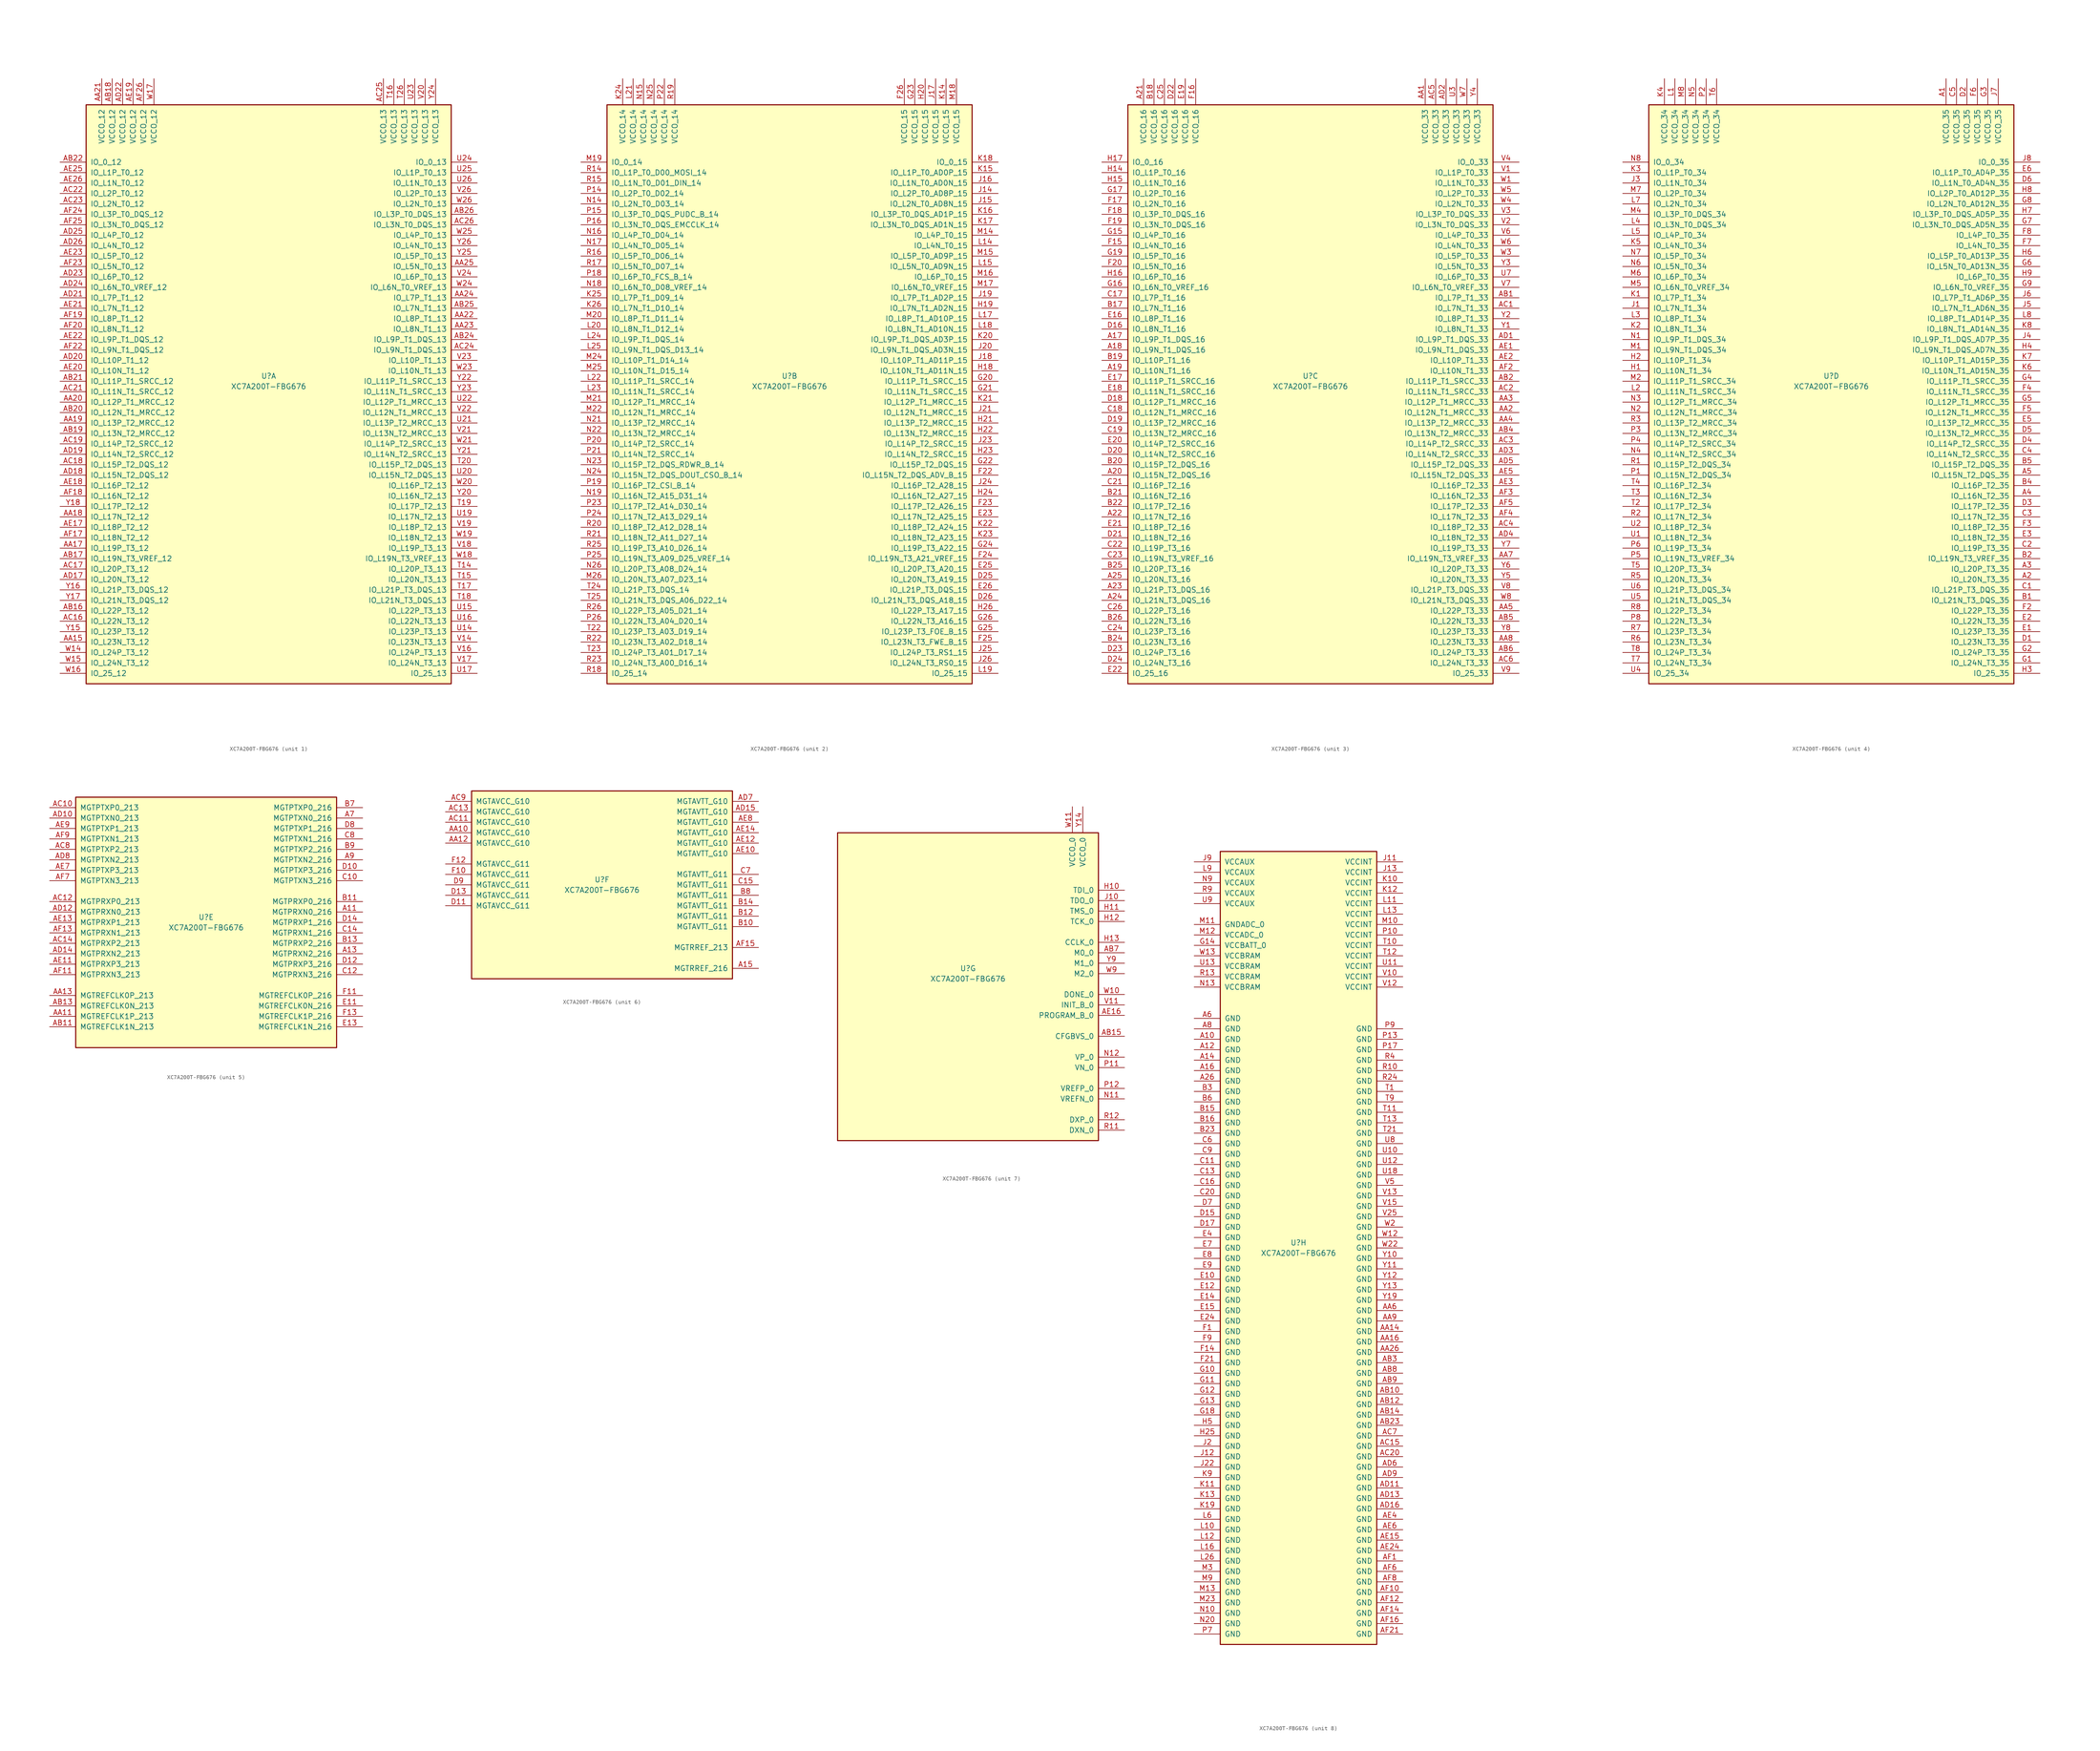
<source format=kicad_sym>
(kicad_symbol_lib
  (version 20241209)
  (generator "kicad_symbol_editor")
  (generator_version "9.0")
  (symbol "XC7A200T-FBG676"
    (pin_names
      (offset 1.016))
    (property "Reference" "U"
      (at 0 1.27 0)
      (effects (font (size 1.27 1.27))))
    (property "Value" "XC7A200T-FBG676"
      (at 0 -1.27 0)
      (effects (font (size 1.27 1.27))))
    (property "Datasheet" ""
      (at 0 0 0)
      (effects (font (size 1.27 1.27))))
    (property "ki_locked" ""
      (at 0 0 0)
      (effects (font (size 1.27 1.27))))
    (symbol "XC7A200T-FBG676_1_1"
      (rectangle (start -44.45 67.31) (end 44.45 -73.66) (stroke (width 0.254) (type default)) (fill (type background)))
      (pin bidirectional line (at -50.8 53.34 0) (length 6.35) (name "IO_0_12" (effects (font (size 1.27 1.27)))) (number "AB22" (effects (font (size 1.27 1.27)))))
      (pin bidirectional line (at -50.8 50.8 0) (length 6.35) (name "IO_L1P_T0_12" (effects (font (size 1.27 1.27)))) (number "AE25" (effects (font (size 1.27 1.27)))))
      (pin bidirectional line (at -50.8 48.26 0) (length 6.35) (name "IO_L1N_T0_12" (effects (font (size 1.27 1.27)))) (number "AE26" (effects (font (size 1.27 1.27)))))
      (pin bidirectional line (at -50.8 45.72 0) (length 6.35) (name "IO_L2P_T0_12" (effects (font (size 1.27 1.27)))) (number "AC22" (effects (font (size 1.27 1.27)))))
      (pin bidirectional line (at -50.8 43.18 0) (length 6.35) (name "IO_L2N_T0_12" (effects (font (size 1.27 1.27)))) (number "AC23" (effects (font (size 1.27 1.27)))))
      (pin bidirectional line (at -50.8 40.64 0) (length 6.35) (name "IO_L3P_T0_DQS_12" (effects (font (size 1.27 1.27)))) (number "AF24" (effects (font (size 1.27 1.27)))))
      (pin bidirectional line (at -50.8 38.1 0) (length 6.35) (name "IO_L3N_T0_DQS_12" (effects (font (size 1.27 1.27)))) (number "AF25" (effects (font (size 1.27 1.27)))))
      (pin bidirectional line (at -50.8 35.56 0) (length 6.35) (name "IO_L4P_T0_12" (effects (font (size 1.27 1.27)))) (number "AD25" (effects (font (size 1.27 1.27)))))
      (pin bidirectional line (at -50.8 33.02 0) (length 6.35) (name "IO_L4N_T0_12" (effects (font (size 1.27 1.27)))) (number "AD26" (effects (font (size 1.27 1.27)))))
      (pin bidirectional line (at -50.8 30.48 0) (length 6.35) (name "IO_L5P_T0_12" (effects (font (size 1.27 1.27)))) (number "AE23" (effects (font (size 1.27 1.27)))))
      (pin bidirectional line (at -50.8 27.94 0) (length 6.35) (name "IO_L5N_T0_12" (effects (font (size 1.27 1.27)))) (number "AF23" (effects (font (size 1.27 1.27)))))
      (pin bidirectional line (at -50.8 25.4 0) (length 6.35) (name "IO_L6P_T0_12" (effects (font (size 1.27 1.27)))) (number "AD23" (effects (font (size 1.27 1.27)))))
      (pin bidirectional line (at -50.8 22.86 0) (length 6.35) (name "IO_L6N_T0_VREF_12" (effects (font (size 1.27 1.27)))) (number "AD24" (effects (font (size 1.27 1.27)))))
      (pin bidirectional line (at -50.8 20.32 0) (length 6.35) (name "IO_L7P_T1_12" (effects (font (size 1.27 1.27)))) (number "AD21" (effects (font (size 1.27 1.27)))))
      (pin bidirectional line (at -50.8 17.78 0) (length 6.35) (name "IO_L7N_T1_12" (effects (font (size 1.27 1.27)))) (number "AE21" (effects (font (size 1.27 1.27)))))
      (pin bidirectional line (at -50.8 15.24 0) (length 6.35) (name "IO_L8P_T1_12" (effects (font (size 1.27 1.27)))) (number "AF19" (effects (font (size 1.27 1.27)))))
      (pin bidirectional line (at -50.8 12.7 0) (length 6.35) (name "IO_L8N_T1_12" (effects (font (size 1.27 1.27)))) (number "AF20" (effects (font (size 1.27 1.27)))))
      (pin bidirectional line (at -50.8 10.16 0) (length 6.35) (name "IO_L9P_T1_DQS_12" (effects (font (size 1.27 1.27)))) (number "AE22" (effects (font (size 1.27 1.27)))))
      (pin bidirectional line (at -50.8 7.62 0) (length 6.35) (name "IO_L9N_T1_DQS_12" (effects (font (size 1.27 1.27)))) (number "AF22" (effects (font (size 1.27 1.27)))))
      (pin bidirectional line (at -50.8 5.08 0) (length 6.35) (name "IO_L10P_T1_12" (effects (font (size 1.27 1.27)))) (number "AD20" (effects (font (size 1.27 1.27)))))
      (pin bidirectional line (at -50.8 2.54 0) (length 6.35) (name "IO_L10N_T1_12" (effects (font (size 1.27 1.27)))) (number "AE20" (effects (font (size 1.27 1.27)))))
      (pin bidirectional line (at -50.8 0 0) (length 6.35) (name "IO_L11P_T1_SRCC_12" (effects (font (size 1.27 1.27)))) (number "AB21" (effects (font (size 1.27 1.27)))))
      (pin bidirectional line (at -50.8 -2.54 0) (length 6.35) (name "IO_L11N_T1_SRCC_12" (effects (font (size 1.27 1.27)))) (number "AC21" (effects (font (size 1.27 1.27)))))
      (pin bidirectional line (at -50.8 -5.08 0) (length 6.35) (name "IO_L12P_T1_MRCC_12" (effects (font (size 1.27 1.27)))) (number "AA20" (effects (font (size 1.27 1.27)))))
      (pin bidirectional line (at -50.8 -7.62 0) (length 6.35) (name "IO_L12N_T1_MRCC_12" (effects (font (size 1.27 1.27)))) (number "AB20" (effects (font (size 1.27 1.27)))))
      (pin bidirectional line (at -50.8 -10.16 0) (length 6.35) (name "IO_L13P_T2_MRCC_12" (effects (font (size 1.27 1.27)))) (number "AA19" (effects (font (size 1.27 1.27)))))
      (pin bidirectional line (at -50.8 -12.7 0) (length 6.35) (name "IO_L13N_T2_MRCC_12" (effects (font (size 1.27 1.27)))) (number "AB19" (effects (font (size 1.27 1.27)))))
      (pin bidirectional line (at -50.8 -15.24 0) (length 6.35) (name "IO_L14P_T2_SRCC_12" (effects (font (size 1.27 1.27)))) (number "AC19" (effects (font (size 1.27 1.27)))))
      (pin bidirectional line (at -50.8 -17.78 0) (length 6.35) (name "IO_L14N_T2_SRCC_12" (effects (font (size 1.27 1.27)))) (number "AD19" (effects (font (size 1.27 1.27)))))
      (pin bidirectional line (at -50.8 -20.32 0) (length 6.35) (name "IO_L15P_T2_DQS_12" (effects (font (size 1.27 1.27)))) (number "AC18" (effects (font (size 1.27 1.27)))))
      (pin bidirectional line (at -50.8 -22.86 0) (length 6.35) (name "IO_L15N_T2_DQS_12" (effects (font (size 1.27 1.27)))) (number "AD18" (effects (font (size 1.27 1.27)))))
      (pin bidirectional line (at -50.8 -25.4 0) (length 6.35) (name "IO_L16P_T2_12" (effects (font (size 1.27 1.27)))) (number "AE18" (effects (font (size 1.27 1.27)))))
      (pin bidirectional line (at -50.8 -27.94 0) (length 6.35) (name "IO_L16N_T2_12" (effects (font (size 1.27 1.27)))) (number "AF18" (effects (font (size 1.27 1.27)))))
      (pin bidirectional line (at -50.8 -30.48 0) (length 6.35) (name "IO_L17P_T2_12" (effects (font (size 1.27 1.27)))) (number "Y18" (effects (font (size 1.27 1.27)))))
      (pin bidirectional line (at -50.8 -33.02 0) (length 6.35) (name "IO_L17N_T2_12" (effects (font (size 1.27 1.27)))) (number "AA18" (effects (font (size 1.27 1.27)))))
      (pin bidirectional line (at -50.8 -35.56 0) (length 6.35) (name "IO_L18P_T2_12" (effects (font (size 1.27 1.27)))) (number "AE17" (effects (font (size 1.27 1.27)))))
      (pin bidirectional line (at -50.8 -38.1 0) (length 6.35) (name "IO_L18N_T2_12" (effects (font (size 1.27 1.27)))) (number "AF17" (effects (font (size 1.27 1.27)))))
      (pin bidirectional line (at -50.8 -40.64 0) (length 6.35) (name "IO_L19P_T3_12" (effects (font (size 1.27 1.27)))) (number "AA17" (effects (font (size 1.27 1.27)))))
      (pin bidirectional line (at -50.8 -43.18 0) (length 6.35) (name "IO_L19N_T3_VREF_12" (effects (font (size 1.27 1.27)))) (number "AB17" (effects (font (size 1.27 1.27)))))
      (pin bidirectional line (at -50.8 -45.72 0) (length 6.35) (name "IO_L20P_T3_12" (effects (font (size 1.27 1.27)))) (number "AC17" (effects (font (size 1.27 1.27)))))
      (pin bidirectional line (at -50.8 -48.26 0) (length 6.35) (name "IO_L20N_T3_12" (effects (font (size 1.27 1.27)))) (number "AD17" (effects (font (size 1.27 1.27)))))
      (pin bidirectional line (at -50.8 -50.8 0) (length 6.35) (name "IO_L21P_T3_DQS_12" (effects (font (size 1.27 1.27)))) (number "Y16" (effects (font (size 1.27 1.27)))))
      (pin bidirectional line (at -50.8 -53.34 0) (length 6.35) (name "IO_L21N_T3_DQS_12" (effects (font (size 1.27 1.27)))) (number "Y17" (effects (font (size 1.27 1.27)))))
      (pin bidirectional line (at -50.8 -55.88 0) (length 6.35) (name "IO_L22P_T3_12" (effects (font (size 1.27 1.27)))) (number "AB16" (effects (font (size 1.27 1.27)))))
      (pin bidirectional line (at -50.8 -58.42 0) (length 6.35) (name "IO_L22N_T3_12" (effects (font (size 1.27 1.27)))) (number "AC16" (effects (font (size 1.27 1.27)))))
      (pin bidirectional line (at -50.8 -60.96 0) (length 6.35) (name "IO_L23P_T3_12" (effects (font (size 1.27 1.27)))) (number "Y15" (effects (font (size 1.27 1.27)))))
      (pin bidirectional line (at -50.8 -63.5 0) (length 6.35) (name "IO_L23N_T3_12" (effects (font (size 1.27 1.27)))) (number "AA15" (effects (font (size 1.27 1.27)))))
      (pin bidirectional line (at -50.8 -66.04 0) (length 6.35) (name "IO_L24P_T3_12" (effects (font (size 1.27 1.27)))) (number "W14" (effects (font (size 1.27 1.27)))))
      (pin bidirectional line (at -50.8 -68.58 0) (length 6.35) (name "IO_L24N_T3_12" (effects (font (size 1.27 1.27)))) (number "W15" (effects (font (size 1.27 1.27)))))
      (pin bidirectional line (at -50.8 -71.12 0) (length 6.35) (name "IO_25_12" (effects (font (size 1.27 1.27)))) (number "W16" (effects (font (size 1.27 1.27)))))
      (pin power_in line (at -40.64 73.66 270) (length 6.35) (name "VCCO_12" (effects (font (size 1.27 1.27)))) (number "AA21" (effects (font (size 1.27 1.27)))))
      (pin power_in line (at -38.1 73.66 270) (length 6.35) (name "VCCO_12" (effects (font (size 1.27 1.27)))) (number "AB18" (effects (font (size 1.27 1.27)))))
      (pin power_in line (at -35.56 73.66 270) (length 6.35) (name "VCCO_12" (effects (font (size 1.27 1.27)))) (number "AD22" (effects (font (size 1.27 1.27)))))
      (pin power_in line (at -33.02 73.66 270) (length 6.35) (name "VCCO_12" (effects (font (size 1.27 1.27)))) (number "AE19" (effects (font (size 1.27 1.27)))))
      (pin power_in line (at -30.48 73.66 270) (length 6.35) (name "VCCO_12" (effects (font (size 1.27 1.27)))) (number "AF26" (effects (font (size 1.27 1.27)))))
      (pin power_in line (at -27.94 73.66 270) (length 6.35) (name "VCCO_12" (effects (font (size 1.27 1.27)))) (number "W17" (effects (font (size 1.27 1.27)))))
      (pin power_in line (at 27.94 73.66 270) (length 6.35) (name "VCCO_13" (effects (font (size 1.27 1.27)))) (number "AC25" (effects (font (size 1.27 1.27)))))
      (pin power_in line (at 30.48 73.66 270) (length 6.35) (name "VCCO_13" (effects (font (size 1.27 1.27)))) (number "T16" (effects (font (size 1.27 1.27)))))
      (pin power_in line (at 33.02 73.66 270) (length 6.35) (name "VCCO_13" (effects (font (size 1.27 1.27)))) (number "T26" (effects (font (size 1.27 1.27)))))
      (pin power_in line (at 35.56 73.66 270) (length 6.35) (name "VCCO_13" (effects (font (size 1.27 1.27)))) (number "U23" (effects (font (size 1.27 1.27)))))
      (pin power_in line (at 38.1 73.66 270) (length 6.35) (name "VCCO_13" (effects (font (size 1.27 1.27)))) (number "V20" (effects (font (size 1.27 1.27)))))
      (pin power_in line (at 40.64 73.66 270) (length 6.35) (name "VCCO_13" (effects (font (size 1.27 1.27)))) (number "Y24" (effects (font (size 1.27 1.27)))))
      (pin bidirectional line (at 50.8 53.34 180) (length 6.35) (name "IO_0_13" (effects (font (size 1.27 1.27)))) (number "U24" (effects (font (size 1.27 1.27)))))
      (pin bidirectional line (at 50.8 50.8 180) (length 6.35) (name "IO_L1P_T0_13" (effects (font (size 1.27 1.27)))) (number "U25" (effects (font (size 1.27 1.27)))))
      (pin bidirectional line (at 50.8 48.26 180) (length 6.35) (name "IO_L1N_T0_13" (effects (font (size 1.27 1.27)))) (number "U26" (effects (font (size 1.27 1.27)))))
      (pin bidirectional line (at 50.8 45.72 180) (length 6.35) (name "IO_L2P_T0_13" (effects (font (size 1.27 1.27)))) (number "V26" (effects (font (size 1.27 1.27)))))
      (pin bidirectional line (at 50.8 43.18 180) (length 6.35) (name "IO_L2N_T0_13" (effects (font (size 1.27 1.27)))) (number "W26" (effects (font (size 1.27 1.27)))))
      (pin bidirectional line (at 50.8 40.64 180) (length 6.35) (name "IO_L3P_T0_DQS_13" (effects (font (size 1.27 1.27)))) (number "AB26" (effects (font (size 1.27 1.27)))))
      (pin bidirectional line (at 50.8 38.1 180) (length 6.35) (name "IO_L3N_T0_DQS_13" (effects (font (size 1.27 1.27)))) (number "AC26" (effects (font (size 1.27 1.27)))))
      (pin bidirectional line (at 50.8 35.56 180) (length 6.35) (name "IO_L4P_T0_13" (effects (font (size 1.27 1.27)))) (number "W25" (effects (font (size 1.27 1.27)))))
      (pin bidirectional line (at 50.8 33.02 180) (length 6.35) (name "IO_L4N_T0_13" (effects (font (size 1.27 1.27)))) (number "Y26" (effects (font (size 1.27 1.27)))))
      (pin bidirectional line (at 50.8 30.48 180) (length 6.35) (name "IO_L5P_T0_13" (effects (font (size 1.27 1.27)))) (number "Y25" (effects (font (size 1.27 1.27)))))
      (pin bidirectional line (at 50.8 27.94 180) (length 6.35) (name "IO_L5N_T0_13" (effects (font (size 1.27 1.27)))) (number "AA25" (effects (font (size 1.27 1.27)))))
      (pin bidirectional line (at 50.8 25.4 180) (length 6.35) (name "IO_L6P_T0_13" (effects (font (size 1.27 1.27)))) (number "V24" (effects (font (size 1.27 1.27)))))
      (pin bidirectional line (at 50.8 22.86 180) (length 6.35) (name "IO_L6N_T0_VREF_13" (effects (font (size 1.27 1.27)))) (number "W24" (effects (font (size 1.27 1.27)))))
      (pin bidirectional line (at 50.8 20.32 180) (length 6.35) (name "IO_L7P_T1_13" (effects (font (size 1.27 1.27)))) (number "AA24" (effects (font (size 1.27 1.27)))))
      (pin bidirectional line (at 50.8 17.78 180) (length 6.35) (name "IO_L7N_T1_13" (effects (font (size 1.27 1.27)))) (number "AB25" (effects (font (size 1.27 1.27)))))
      (pin bidirectional line (at 50.8 15.24 180) (length 6.35) (name "IO_L8P_T1_13" (effects (font (size 1.27 1.27)))) (number "AA22" (effects (font (size 1.27 1.27)))))
      (pin bidirectional line (at 50.8 12.7 180) (length 6.35) (name "IO_L8N_T1_13" (effects (font (size 1.27 1.27)))) (number "AA23" (effects (font (size 1.27 1.27)))))
      (pin bidirectional line (at 50.8 10.16 180) (length 6.35) (name "IO_L9P_T1_DQS_13" (effects (font (size 1.27 1.27)))) (number "AB24" (effects (font (size 1.27 1.27)))))
      (pin bidirectional line (at 50.8 7.62 180) (length 6.35) (name "IO_L9N_T1_DQS_13" (effects (font (size 1.27 1.27)))) (number "AC24" (effects (font (size 1.27 1.27)))))
      (pin bidirectional line (at 50.8 5.08 180) (length 6.35) (name "IO_L10P_T1_13" (effects (font (size 1.27 1.27)))) (number "V23" (effects (font (size 1.27 1.27)))))
      (pin bidirectional line (at 50.8 2.54 180) (length 6.35) (name "IO_L10N_T1_13" (effects (font (size 1.27 1.27)))) (number "W23" (effects (font (size 1.27 1.27)))))
      (pin bidirectional line (at 50.8 0 180) (length 6.35) (name "IO_L11P_T1_SRCC_13" (effects (font (size 1.27 1.27)))) (number "Y22" (effects (font (size 1.27 1.27)))))
      (pin bidirectional line (at 50.8 -2.54 180) (length 6.35) (name "IO_L11N_T1_SRCC_13" (effects (font (size 1.27 1.27)))) (number "Y23" (effects (font (size 1.27 1.27)))))
      (pin bidirectional line (at 50.8 -5.08 180) (length 6.35) (name "IO_L12P_T1_MRCC_13" (effects (font (size 1.27 1.27)))) (number "U22" (effects (font (size 1.27 1.27)))))
      (pin bidirectional line (at 50.8 -7.62 180) (length 6.35) (name "IO_L12N_T1_MRCC_13" (effects (font (size 1.27 1.27)))) (number "V22" (effects (font (size 1.27 1.27)))))
      (pin bidirectional line (at 50.8 -10.16 180) (length 6.35) (name "IO_L13P_T2_MRCC_13" (effects (font (size 1.27 1.27)))) (number "U21" (effects (font (size 1.27 1.27)))))
      (pin bidirectional line (at 50.8 -12.7 180) (length 6.35) (name "IO_L13N_T2_MRCC_13" (effects (font (size 1.27 1.27)))) (number "V21" (effects (font (size 1.27 1.27)))))
      (pin bidirectional line (at 50.8 -15.24 180) (length 6.35) (name "IO_L14P_T2_SRCC_13" (effects (font (size 1.27 1.27)))) (number "W21" (effects (font (size 1.27 1.27)))))
      (pin bidirectional line (at 50.8 -17.78 180) (length 6.35) (name "IO_L14N_T2_SRCC_13" (effects (font (size 1.27 1.27)))) (number "Y21" (effects (font (size 1.27 1.27)))))
      (pin bidirectional line (at 50.8 -20.32 180) (length 6.35) (name "IO_L15P_T2_DQS_13" (effects (font (size 1.27 1.27)))) (number "T20" (effects (font (size 1.27 1.27)))))
      (pin bidirectional line (at 50.8 -22.86 180) (length 6.35) (name "IO_L15N_T2_DQS_13" (effects (font (size 1.27 1.27)))) (number "U20" (effects (font (size 1.27 1.27)))))
      (pin bidirectional line (at 50.8 -25.4 180) (length 6.35) (name "IO_L16P_T2_13" (effects (font (size 1.27 1.27)))) (number "W20" (effects (font (size 1.27 1.27)))))
      (pin bidirectional line (at 50.8 -27.94 180) (length 6.35) (name "IO_L16N_T2_13" (effects (font (size 1.27 1.27)))) (number "Y20" (effects (font (size 1.27 1.27)))))
      (pin bidirectional line (at 50.8 -30.48 180) (length 6.35) (name "IO_L17P_T2_13" (effects (font (size 1.27 1.27)))) (number "T19" (effects (font (size 1.27 1.27)))))
      (pin bidirectional line (at 50.8 -33.02 180) (length 6.35) (name "IO_L17N_T2_13" (effects (font (size 1.27 1.27)))) (number "U19" (effects (font (size 1.27 1.27)))))
      (pin bidirectional line (at 50.8 -35.56 180) (length 6.35) (name "IO_L18P_T2_13" (effects (font (size 1.27 1.27)))) (number "V19" (effects (font (size 1.27 1.27)))))
      (pin bidirectional line (at 50.8 -38.1 180) (length 6.35) (name "IO_L18N_T2_13" (effects (font (size 1.27 1.27)))) (number "W19" (effects (font (size 1.27 1.27)))))
      (pin bidirectional line (at 50.8 -40.64 180) (length 6.35) (name "IO_L19P_T3_13" (effects (font (size 1.27 1.27)))) (number "V18" (effects (font (size 1.27 1.27)))))
      (pin bidirectional line (at 50.8 -43.18 180) (length 6.35) (name "IO_L19N_T3_VREF_13" (effects (font (size 1.27 1.27)))) (number "W18" (effects (font (size 1.27 1.27)))))
      (pin bidirectional line (at 50.8 -45.72 180) (length 6.35) (name "IO_L20P_T3_13" (effects (font (size 1.27 1.27)))) (number "T14" (effects (font (size 1.27 1.27)))))
      (pin bidirectional line (at 50.8 -48.26 180) (length 6.35) (name "IO_L20N_T3_13" (effects (font (size 1.27 1.27)))) (number "T15" (effects (font (size 1.27 1.27)))))
      (pin bidirectional line (at 50.8 -50.8 180) (length 6.35) (name "IO_L21P_T3_DQS_13" (effects (font (size 1.27 1.27)))) (number "T17" (effects (font (size 1.27 1.27)))))
      (pin bidirectional line (at 50.8 -53.34 180) (length 6.35) (name "IO_L21N_T3_DQS_13" (effects (font (size 1.27 1.27)))) (number "T18" (effects (font (size 1.27 1.27)))))
      (pin bidirectional line (at 50.8 -55.88 180) (length 6.35) (name "IO_L22P_T3_13" (effects (font (size 1.27 1.27)))) (number "U15" (effects (font (size 1.27 1.27)))))
      (pin bidirectional line (at 50.8 -58.42 180) (length 6.35) (name "IO_L22N_T3_13" (effects (font (size 1.27 1.27)))) (number "U16" (effects (font (size 1.27 1.27)))))
      (pin bidirectional line (at 50.8 -60.96 180) (length 6.35) (name "IO_L23P_T3_13" (effects (font (size 1.27 1.27)))) (number "U14" (effects (font (size 1.27 1.27)))))
      (pin bidirectional line (at 50.8 -63.5 180) (length 6.35) (name "IO_L23N_T3_13" (effects (font (size 1.27 1.27)))) (number "V14" (effects (font (size 1.27 1.27)))))
      (pin bidirectional line (at 50.8 -66.04 180) (length 6.35) (name "IO_L24P_T3_13" (effects (font (size 1.27 1.27)))) (number "V16" (effects (font (size 1.27 1.27)))))
      (pin bidirectional line (at 50.8 -68.58 180) (length 6.35) (name "IO_L24N_T3_13" (effects (font (size 1.27 1.27)))) (number "V17" (effects (font (size 1.27 1.27)))))
      (pin bidirectional line (at 50.8 -71.12 180) (length 6.35) (name "IO_25_13" (effects (font (size 1.27 1.27)))) (number "U17" (effects (font (size 1.27 1.27))))))
    (symbol "XC7A200T-FBG676_2_1"
      (rectangle (start -44.45 67.31) (end 44.45 -73.66) (stroke (width 0.254) (type default)) (fill (type background)))
      (pin bidirectional line (at -50.8 53.34 0) (length 6.35) (name "IO_0_14" (effects (font (size 1.27 1.27)))) (number "M19" (effects (font (size 1.27 1.27)))))
      (pin bidirectional line (at -50.8 50.8 0) (length 6.35) (name "IO_L1P_T0_D00_MOSI_14" (effects (font (size 1.27 1.27)))) (number "R14" (effects (font (size 1.27 1.27)))))
      (pin bidirectional line (at -50.8 48.26 0) (length 6.35) (name "IO_L1N_T0_D01_DIN_14" (effects (font (size 1.27 1.27)))) (number "R15" (effects (font (size 1.27 1.27)))))
      (pin bidirectional line (at -50.8 45.72 0) (length 6.35) (name "IO_L2P_T0_D02_14" (effects (font (size 1.27 1.27)))) (number "P14" (effects (font (size 1.27 1.27)))))
      (pin bidirectional line (at -50.8 43.18 0) (length 6.35) (name "IO_L2N_T0_D03_14" (effects (font (size 1.27 1.27)))) (number "N14" (effects (font (size 1.27 1.27)))))
      (pin bidirectional line (at -50.8 40.64 0) (length 6.35) (name "IO_L3P_T0_DQS_PUDC_B_14" (effects (font (size 1.27 1.27)))) (number "P15" (effects (font (size 1.27 1.27)))))
      (pin bidirectional line (at -50.8 38.1 0) (length 6.35) (name "IO_L3N_T0_DQS_EMCCLK_14" (effects (font (size 1.27 1.27)))) (number "P16" (effects (font (size 1.27 1.27)))))
      (pin bidirectional line (at -50.8 35.56 0) (length 6.35) (name "IO_L4P_T0_D04_14" (effects (font (size 1.27 1.27)))) (number "N16" (effects (font (size 1.27 1.27)))))
      (pin bidirectional line (at -50.8 33.02 0) (length 6.35) (name "IO_L4N_T0_D05_14" (effects (font (size 1.27 1.27)))) (number "N17" (effects (font (size 1.27 1.27)))))
      (pin bidirectional line (at -50.8 30.48 0) (length 6.35) (name "IO_L5P_T0_D06_14" (effects (font (size 1.27 1.27)))) (number "R16" (effects (font (size 1.27 1.27)))))
      (pin bidirectional line (at -50.8 27.94 0) (length 6.35) (name "IO_L5N_T0_D07_14" (effects (font (size 1.27 1.27)))) (number "R17" (effects (font (size 1.27 1.27)))))
      (pin bidirectional line (at -50.8 25.4 0) (length 6.35) (name "IO_L6P_T0_FCS_B_14" (effects (font (size 1.27 1.27)))) (number "P18" (effects (font (size 1.27 1.27)))))
      (pin bidirectional line (at -50.8 22.86 0) (length 6.35) (name "IO_L6N_T0_D08_VREF_14" (effects (font (size 1.27 1.27)))) (number "N18" (effects (font (size 1.27 1.27)))))
      (pin bidirectional line (at -50.8 20.32 0) (length 6.35) (name "IO_L7P_T1_D09_14" (effects (font (size 1.27 1.27)))) (number "K25" (effects (font (size 1.27 1.27)))))
      (pin bidirectional line (at -50.8 17.78 0) (length 6.35) (name "IO_L7N_T1_D10_14" (effects (font (size 1.27 1.27)))) (number "K26" (effects (font (size 1.27 1.27)))))
      (pin bidirectional line (at -50.8 15.24 0) (length 6.35) (name "IO_L8P_T1_D11_14" (effects (font (size 1.27 1.27)))) (number "M20" (effects (font (size 1.27 1.27)))))
      (pin bidirectional line (at -50.8 12.7 0) (length 6.35) (name "IO_L8N_T1_D12_14" (effects (font (size 1.27 1.27)))) (number "L20" (effects (font (size 1.27 1.27)))))
      (pin bidirectional line (at -50.8 10.16 0) (length 6.35) (name "IO_L9P_T1_DQS_14" (effects (font (size 1.27 1.27)))) (number "L24" (effects (font (size 1.27 1.27)))))
      (pin bidirectional line (at -50.8 7.62 0) (length 6.35) (name "IO_L9N_T1_DQS_D13_14" (effects (font (size 1.27 1.27)))) (number "L25" (effects (font (size 1.27 1.27)))))
      (pin bidirectional line (at -50.8 5.08 0) (length 6.35) (name "IO_L10P_T1_D14_14" (effects (font (size 1.27 1.27)))) (number "M24" (effects (font (size 1.27 1.27)))))
      (pin bidirectional line (at -50.8 2.54 0) (length 6.35) (name "IO_L10N_T1_D15_14" (effects (font (size 1.27 1.27)))) (number "M25" (effects (font (size 1.27 1.27)))))
      (pin bidirectional line (at -50.8 0 0) (length 6.35) (name "IO_L11P_T1_SRCC_14" (effects (font (size 1.27 1.27)))) (number "L22" (effects (font (size 1.27 1.27)))))
      (pin bidirectional line (at -50.8 -2.54 0) (length 6.35) (name "IO_L11N_T1_SRCC_14" (effects (font (size 1.27 1.27)))) (number "L23" (effects (font (size 1.27 1.27)))))
      (pin bidirectional line (at -50.8 -5.08 0) (length 6.35) (name "IO_L12P_T1_MRCC_14" (effects (font (size 1.27 1.27)))) (number "M21" (effects (font (size 1.27 1.27)))))
      (pin bidirectional line (at -50.8 -7.62 0) (length 6.35) (name "IO_L12N_T1_MRCC_14" (effects (font (size 1.27 1.27)))) (number "M22" (effects (font (size 1.27 1.27)))))
      (pin bidirectional line (at -50.8 -10.16 0) (length 6.35) (name "IO_L13P_T2_MRCC_14" (effects (font (size 1.27 1.27)))) (number "N21" (effects (font (size 1.27 1.27)))))
      (pin bidirectional line (at -50.8 -12.7 0) (length 6.35) (name "IO_L13N_T2_MRCC_14" (effects (font (size 1.27 1.27)))) (number "N22" (effects (font (size 1.27 1.27)))))
      (pin bidirectional line (at -50.8 -15.24 0) (length 6.35) (name "IO_L14P_T2_SRCC_14" (effects (font (size 1.27 1.27)))) (number "P20" (effects (font (size 1.27 1.27)))))
      (pin bidirectional line (at -50.8 -17.78 0) (length 6.35) (name "IO_L14N_T2_SRCC_14" (effects (font (size 1.27 1.27)))) (number "P21" (effects (font (size 1.27 1.27)))))
      (pin bidirectional line (at -50.8 -20.32 0) (length 6.35) (name "IO_L15P_T2_DQS_RDWR_B_14" (effects (font (size 1.27 1.27)))) (number "N23" (effects (font (size 1.27 1.27)))))
      (pin bidirectional line (at -50.8 -22.86 0) (length 6.35) (name "IO_L15N_T2_DQS_DOUT_CSO_B_14" (effects (font (size 1.27 1.27)))) (number "N24" (effects (font (size 1.27 1.27)))))
      (pin bidirectional line (at -50.8 -25.4 0) (length 6.35) (name "IO_L16P_T2_CSI_B_14" (effects (font (size 1.27 1.27)))) (number "P19" (effects (font (size 1.27 1.27)))))
      (pin bidirectional line (at -50.8 -27.94 0) (length 6.35) (name "IO_L16N_T2_A15_D31_14" (effects (font (size 1.27 1.27)))) (number "N19" (effects (font (size 1.27 1.27)))))
      (pin bidirectional line (at -50.8 -30.48 0) (length 6.35) (name "IO_L17P_T2_A14_D30_14" (effects (font (size 1.27 1.27)))) (number "P23" (effects (font (size 1.27 1.27)))))
      (pin bidirectional line (at -50.8 -33.02 0) (length 6.35) (name "IO_L17N_T2_A13_D29_14" (effects (font (size 1.27 1.27)))) (number "P24" (effects (font (size 1.27 1.27)))))
      (pin bidirectional line (at -50.8 -35.56 0) (length 6.35) (name "IO_L18P_T2_A12_D28_14" (effects (font (size 1.27 1.27)))) (number "R20" (effects (font (size 1.27 1.27)))))
      (pin bidirectional line (at -50.8 -38.1 0) (length 6.35) (name "IO_L18N_T2_A11_D27_14" (effects (font (size 1.27 1.27)))) (number "R21" (effects (font (size 1.27 1.27)))))
      (pin bidirectional line (at -50.8 -40.64 0) (length 6.35) (name "IO_L19P_T3_A10_D26_14" (effects (font (size 1.27 1.27)))) (number "R25" (effects (font (size 1.27 1.27)))))
      (pin bidirectional line (at -50.8 -43.18 0) (length 6.35) (name "IO_L19N_T3_A09_D25_VREF_14" (effects (font (size 1.27 1.27)))) (number "P25" (effects (font (size 1.27 1.27)))))
      (pin bidirectional line (at -50.8 -45.72 0) (length 6.35) (name "IO_L20P_T3_A08_D24_14" (effects (font (size 1.27 1.27)))) (number "N26" (effects (font (size 1.27 1.27)))))
      (pin bidirectional line (at -50.8 -48.26 0) (length 6.35) (name "IO_L20N_T3_A07_D23_14" (effects (font (size 1.27 1.27)))) (number "M26" (effects (font (size 1.27 1.27)))))
      (pin bidirectional line (at -50.8 -50.8 0) (length 6.35) (name "IO_L21P_T3_DQS_14" (effects (font (size 1.27 1.27)))) (number "T24" (effects (font (size 1.27 1.27)))))
      (pin bidirectional line (at -50.8 -53.34 0) (length 6.35) (name "IO_L21N_T3_DQS_A06_D22_14" (effects (font (size 1.27 1.27)))) (number "T25" (effects (font (size 1.27 1.27)))))
      (pin bidirectional line (at -50.8 -55.88 0) (length 6.35) (name "IO_L22P_T3_A05_D21_14" (effects (font (size 1.27 1.27)))) (number "R26" (effects (font (size 1.27 1.27)))))
      (pin bidirectional line (at -50.8 -58.42 0) (length 6.35) (name "IO_L22N_T3_A04_D20_14" (effects (font (size 1.27 1.27)))) (number "P26" (effects (font (size 1.27 1.27)))))
      (pin bidirectional line (at -50.8 -60.96 0) (length 6.35) (name "IO_L23P_T3_A03_D19_14" (effects (font (size 1.27 1.27)))) (number "T22" (effects (font (size 1.27 1.27)))))
      (pin bidirectional line (at -50.8 -63.5 0) (length 6.35) (name "IO_L23N_T3_A02_D18_14" (effects (font (size 1.27 1.27)))) (number "R22" (effects (font (size 1.27 1.27)))))
      (pin bidirectional line (at -50.8 -66.04 0) (length 6.35) (name "IO_L24P_T3_A01_D17_14" (effects (font (size 1.27 1.27)))) (number "T23" (effects (font (size 1.27 1.27)))))
      (pin bidirectional line (at -50.8 -68.58 0) (length 6.35) (name "IO_L24N_T3_A00_D16_14" (effects (font (size 1.27 1.27)))) (number "R23" (effects (font (size 1.27 1.27)))))
      (pin bidirectional line (at -50.8 -71.12 0) (length 6.35) (name "IO_25_14" (effects (font (size 1.27 1.27)))) (number "R18" (effects (font (size 1.27 1.27)))))
      (pin power_in line (at -40.64 73.66 270) (length 6.35) (name "VCCO_14" (effects (font (size 1.27 1.27)))) (number "K24" (effects (font (size 1.27 1.27)))))
      (pin power_in line (at -38.1 73.66 270) (length 6.35) (name "VCCO_14" (effects (font (size 1.27 1.27)))) (number "L21" (effects (font (size 1.27 1.27)))))
      (pin power_in line (at -35.56 73.66 270) (length 6.35) (name "VCCO_14" (effects (font (size 1.27 1.27)))) (number "N15" (effects (font (size 1.27 1.27)))))
      (pin power_in line (at -33.02 73.66 270) (length 6.35) (name "VCCO_14" (effects (font (size 1.27 1.27)))) (number "N25" (effects (font (size 1.27 1.27)))))
      (pin power_in line (at -30.48 73.66 270) (length 6.35) (name "VCCO_14" (effects (font (size 1.27 1.27)))) (number "P22" (effects (font (size 1.27 1.27)))))
      (pin power_in line (at -27.94 73.66 270) (length 6.35) (name "VCCO_14" (effects (font (size 1.27 1.27)))) (number "R19" (effects (font (size 1.27 1.27)))))
      (pin power_in line (at 27.94 73.66 270) (length 6.35) (name "VCCO_15" (effects (font (size 1.27 1.27)))) (number "F26" (effects (font (size 1.27 1.27)))))
      (pin power_in line (at 30.48 73.66 270) (length 6.35) (name "VCCO_15" (effects (font (size 1.27 1.27)))) (number "G23" (effects (font (size 1.27 1.27)))))
      (pin power_in line (at 33.02 73.66 270) (length 6.35) (name "VCCO_15" (effects (font (size 1.27 1.27)))) (number "H20" (effects (font (size 1.27 1.27)))))
      (pin power_in line (at 35.56 73.66 270) (length 6.35) (name "VCCO_15" (effects (font (size 1.27 1.27)))) (number "J17" (effects (font (size 1.27 1.27)))))
      (pin power_in line (at 38.1 73.66 270) (length 6.35) (name "VCCO_15" (effects (font (size 1.27 1.27)))) (number "K14" (effects (font (size 1.27 1.27)))))
      (pin power_in line (at 40.64 73.66 270) (length 6.35) (name "VCCO_15" (effects (font (size 1.27 1.27)))) (number "M18" (effects (font (size 1.27 1.27)))))
      (pin bidirectional line (at 50.8 53.34 180) (length 6.35) (name "IO_0_15" (effects (font (size 1.27 1.27)))) (number "K18" (effects (font (size 1.27 1.27)))))
      (pin bidirectional line (at 50.8 50.8 180) (length 6.35) (name "IO_L1P_T0_AD0P_15" (effects (font (size 1.27 1.27)))) (number "K15" (effects (font (size 1.27 1.27)))))
      (pin bidirectional line (at 50.8 48.26 180) (length 6.35) (name "IO_L1N_T0_AD0N_15" (effects (font (size 1.27 1.27)))) (number "J16" (effects (font (size 1.27 1.27)))))
      (pin bidirectional line (at 50.8 45.72 180) (length 6.35) (name "IO_L2P_T0_AD8P_15" (effects (font (size 1.27 1.27)))) (number "J14" (effects (font (size 1.27 1.27)))))
      (pin bidirectional line (at 50.8 43.18 180) (length 6.35) (name "IO_L2N_T0_AD8N_15" (effects (font (size 1.27 1.27)))) (number "J15" (effects (font (size 1.27 1.27)))))
      (pin bidirectional line (at 50.8 40.64 180) (length 6.35) (name "IO_L3P_T0_DQS_AD1P_15" (effects (font (size 1.27 1.27)))) (number "K16" (effects (font (size 1.27 1.27)))))
      (pin bidirectional line (at 50.8 38.1 180) (length 6.35) (name "IO_L3N_T0_DQS_AD1N_15" (effects (font (size 1.27 1.27)))) (number "K17" (effects (font (size 1.27 1.27)))))
      (pin bidirectional line (at 50.8 35.56 180) (length 6.35) (name "IO_L4P_T0_15" (effects (font (size 1.27 1.27)))) (number "M14" (effects (font (size 1.27 1.27)))))
      (pin bidirectional line (at 50.8 33.02 180) (length 6.35) (name "IO_L4N_T0_15" (effects (font (size 1.27 1.27)))) (number "L14" (effects (font (size 1.27 1.27)))))
      (pin bidirectional line (at 50.8 30.48 180) (length 6.35) (name "IO_L5P_T0_AD9P_15" (effects (font (size 1.27 1.27)))) (number "M15" (effects (font (size 1.27 1.27)))))
      (pin bidirectional line (at 50.8 27.94 180) (length 6.35) (name "IO_L5N_T0_AD9N_15" (effects (font (size 1.27 1.27)))) (number "L15" (effects (font (size 1.27 1.27)))))
      (pin bidirectional line (at 50.8 25.4 180) (length 6.35) (name "IO_L6P_T0_15" (effects (font (size 1.27 1.27)))) (number "M16" (effects (font (size 1.27 1.27)))))
      (pin bidirectional line (at 50.8 22.86 180) (length 6.35) (name "IO_L6N_T0_VREF_15" (effects (font (size 1.27 1.27)))) (number "M17" (effects (font (size 1.27 1.27)))))
      (pin bidirectional line (at 50.8 20.32 180) (length 6.35) (name "IO_L7P_T1_AD2P_15" (effects (font (size 1.27 1.27)))) (number "J19" (effects (font (size 1.27 1.27)))))
      (pin bidirectional line (at 50.8 17.78 180) (length 6.35) (name "IO_L7N_T1_AD2N_15" (effects (font (size 1.27 1.27)))) (number "H19" (effects (font (size 1.27 1.27)))))
      (pin bidirectional line (at 50.8 15.24 180) (length 6.35) (name "IO_L8P_T1_AD10P_15" (effects (font (size 1.27 1.27)))) (number "L17" (effects (font (size 1.27 1.27)))))
      (pin bidirectional line (at 50.8 12.7 180) (length 6.35) (name "IO_L8N_T1_AD10N_15" (effects (font (size 1.27 1.27)))) (number "L18" (effects (font (size 1.27 1.27)))))
      (pin bidirectional line (at 50.8 10.16 180) (length 6.35) (name "IO_L9P_T1_DQS_AD3P_15" (effects (font (size 1.27 1.27)))) (number "K20" (effects (font (size 1.27 1.27)))))
      (pin bidirectional line (at 50.8 7.62 180) (length 6.35) (name "IO_L9N_T1_DQS_AD3N_15" (effects (font (size 1.27 1.27)))) (number "J20" (effects (font (size 1.27 1.27)))))
      (pin bidirectional line (at 50.8 5.08 180) (length 6.35) (name "IO_L10P_T1_AD11P_15" (effects (font (size 1.27 1.27)))) (number "J18" (effects (font (size 1.27 1.27)))))
      (pin bidirectional line (at 50.8 2.54 180) (length 6.35) (name "IO_L10N_T1_AD11N_15" (effects (font (size 1.27 1.27)))) (number "H18" (effects (font (size 1.27 1.27)))))
      (pin bidirectional line (at 50.8 0 180) (length 6.35) (name "IO_L11P_T1_SRCC_15" (effects (font (size 1.27 1.27)))) (number "G20" (effects (font (size 1.27 1.27)))))
      (pin bidirectional line (at 50.8 -2.54 180) (length 6.35) (name "IO_L11N_T1_SRCC_15" (effects (font (size 1.27 1.27)))) (number "G21" (effects (font (size 1.27 1.27)))))
      (pin bidirectional line (at 50.8 -5.08 180) (length 6.35) (name "IO_L12P_T1_MRCC_15" (effects (font (size 1.27 1.27)))) (number "K21" (effects (font (size 1.27 1.27)))))
      (pin bidirectional line (at 50.8 -7.62 180) (length 6.35) (name "IO_L12N_T1_MRCC_15" (effects (font (size 1.27 1.27)))) (number "J21" (effects (font (size 1.27 1.27)))))
      (pin bidirectional line (at 50.8 -10.16 180) (length 6.35) (name "IO_L13P_T2_MRCC_15" (effects (font (size 1.27 1.27)))) (number "H21" (effects (font (size 1.27 1.27)))))
      (pin bidirectional line (at 50.8 -12.7 180) (length 6.35) (name "IO_L13N_T2_MRCC_15" (effects (font (size 1.27 1.27)))) (number "H22" (effects (font (size 1.27 1.27)))))
      (pin bidirectional line (at 50.8 -15.24 180) (length 6.35) (name "IO_L14P_T2_SRCC_15" (effects (font (size 1.27 1.27)))) (number "J23" (effects (font (size 1.27 1.27)))))
      (pin bidirectional line (at 50.8 -17.78 180) (length 6.35) (name "IO_L14N_T2_SRCC_15" (effects (font (size 1.27 1.27)))) (number "H23" (effects (font (size 1.27 1.27)))))
      (pin bidirectional line (at 50.8 -20.32 180) (length 6.35) (name "IO_L15P_T2_DQS_15" (effects (font (size 1.27 1.27)))) (number "G22" (effects (font (size 1.27 1.27)))))
      (pin bidirectional line (at 50.8 -22.86 180) (length 6.35) (name "IO_L15N_T2_DQS_ADV_B_15" (effects (font (size 1.27 1.27)))) (number "F22" (effects (font (size 1.27 1.27)))))
      (pin bidirectional line (at 50.8 -25.4 180) (length 6.35) (name "IO_L16P_T2_A28_15" (effects (font (size 1.27 1.27)))) (number "J24" (effects (font (size 1.27 1.27)))))
      (pin bidirectional line (at 50.8 -27.94 180) (length 6.35) (name "IO_L16N_T2_A27_15" (effects (font (size 1.27 1.27)))) (number "H24" (effects (font (size 1.27 1.27)))))
      (pin bidirectional line (at 50.8 -30.48 180) (length 6.35) (name "IO_L17P_T2_A26_15" (effects (font (size 1.27 1.27)))) (number "F23" (effects (font (size 1.27 1.27)))))
      (pin bidirectional line (at 50.8 -33.02 180) (length 6.35) (name "IO_L17N_T2_A25_15" (effects (font (size 1.27 1.27)))) (number "E23" (effects (font (size 1.27 1.27)))))
      (pin bidirectional line (at 50.8 -35.56 180) (length 6.35) (name "IO_L18P_T2_A24_15" (effects (font (size 1.27 1.27)))) (number "K22" (effects (font (size 1.27 1.27)))))
      (pin bidirectional line (at 50.8 -38.1 180) (length 6.35) (name "IO_L18N_T2_A23_15" (effects (font (size 1.27 1.27)))) (number "K23" (effects (font (size 1.27 1.27)))))
      (pin bidirectional line (at 50.8 -40.64 180) (length 6.35) (name "IO_L19P_T3_A22_15" (effects (font (size 1.27 1.27)))) (number "G24" (effects (font (size 1.27 1.27)))))
      (pin bidirectional line (at 50.8 -43.18 180) (length 6.35) (name "IO_L19N_T3_A21_VREF_15" (effects (font (size 1.27 1.27)))) (number "F24" (effects (font (size 1.27 1.27)))))
      (pin bidirectional line (at 50.8 -45.72 180) (length 6.35) (name "IO_L20P_T3_A20_15" (effects (font (size 1.27 1.27)))) (number "E25" (effects (font (size 1.27 1.27)))))
      (pin bidirectional line (at 50.8 -48.26 180) (length 6.35) (name "IO_L20N_T3_A19_15" (effects (font (size 1.27 1.27)))) (number "D25" (effects (font (size 1.27 1.27)))))
      (pin bidirectional line (at 50.8 -50.8 180) (length 6.35) (name "IO_L21P_T3_DQS_15" (effects (font (size 1.27 1.27)))) (number "E26" (effects (font (size 1.27 1.27)))))
      (pin bidirectional line (at 50.8 -53.34 180) (length 6.35) (name "IO_L21N_T3_DQS_A18_15" (effects (font (size 1.27 1.27)))) (number "D26" (effects (font (size 1.27 1.27)))))
      (pin bidirectional line (at 50.8 -55.88 180) (length 6.35) (name "IO_L22P_T3_A17_15" (effects (font (size 1.27 1.27)))) (number "H26" (effects (font (size 1.27 1.27)))))
      (pin bidirectional line (at 50.8 -58.42 180) (length 6.35) (name "IO_L22N_T3_A16_15" (effects (font (size 1.27 1.27)))) (number "G26" (effects (font (size 1.27 1.27)))))
      (pin bidirectional line (at 50.8 -60.96 180) (length 6.35) (name "IO_L23P_T3_FOE_B_15" (effects (font (size 1.27 1.27)))) (number "G25" (effects (font (size 1.27 1.27)))))
      (pin bidirectional line (at 50.8 -63.5 180) (length 6.35) (name "IO_L23N_T3_FWE_B_15" (effects (font (size 1.27 1.27)))) (number "F25" (effects (font (size 1.27 1.27)))))
      (pin bidirectional line (at 50.8 -66.04 180) (length 6.35) (name "IO_L24P_T3_RS1_15" (effects (font (size 1.27 1.27)))) (number "J25" (effects (font (size 1.27 1.27)))))
      (pin bidirectional line (at 50.8 -68.58 180) (length 6.35) (name "IO_L24N_T3_RS0_15" (effects (font (size 1.27 1.27)))) (number "J26" (effects (font (size 1.27 1.27)))))
      (pin bidirectional line (at 50.8 -71.12 180) (length 6.35) (name "IO_25_15" (effects (font (size 1.27 1.27)))) (number "L19" (effects (font (size 1.27 1.27))))))
    (symbol "XC7A200T-FBG676_3_1"
      (rectangle (start -44.45 67.31) (end 44.45 -73.66) (stroke (width 0.254) (type default)) (fill (type background)))
      (pin bidirectional line (at -50.8 53.34 0) (length 6.35) (name "IO_0_16" (effects (font (size 1.27 1.27)))) (number "H17" (effects (font (size 1.27 1.27)))))
      (pin bidirectional line (at -50.8 50.8 0) (length 6.35) (name "IO_L1P_T0_16" (effects (font (size 1.27 1.27)))) (number "H14" (effects (font (size 1.27 1.27)))))
      (pin bidirectional line (at -50.8 48.26 0) (length 6.35) (name "IO_L1N_T0_16" (effects (font (size 1.27 1.27)))) (number "H15" (effects (font (size 1.27 1.27)))))
      (pin bidirectional line (at -50.8 45.72 0) (length 6.35) (name "IO_L2P_T0_16" (effects (font (size 1.27 1.27)))) (number "G17" (effects (font (size 1.27 1.27)))))
      (pin bidirectional line (at -50.8 43.18 0) (length 6.35) (name "IO_L2N_T0_16" (effects (font (size 1.27 1.27)))) (number "F17" (effects (font (size 1.27 1.27)))))
      (pin bidirectional line (at -50.8 40.64 0) (length 6.35) (name "IO_L3P_T0_DQS_16" (effects (font (size 1.27 1.27)))) (number "F18" (effects (font (size 1.27 1.27)))))
      (pin bidirectional line (at -50.8 38.1 0) (length 6.35) (name "IO_L3N_T0_DQS_16" (effects (font (size 1.27 1.27)))) (number "F19" (effects (font (size 1.27 1.27)))))
      (pin bidirectional line (at -50.8 35.56 0) (length 6.35) (name "IO_L4P_T0_16" (effects (font (size 1.27 1.27)))) (number "G15" (effects (font (size 1.27 1.27)))))
      (pin bidirectional line (at -50.8 33.02 0) (length 6.35) (name "IO_L4N_T0_16" (effects (font (size 1.27 1.27)))) (number "F15" (effects (font (size 1.27 1.27)))))
      (pin bidirectional line (at -50.8 30.48 0) (length 6.35) (name "IO_L5P_T0_16" (effects (font (size 1.27 1.27)))) (number "G19" (effects (font (size 1.27 1.27)))))
      (pin bidirectional line (at -50.8 27.94 0) (length 6.35) (name "IO_L5N_T0_16" (effects (font (size 1.27 1.27)))) (number "F20" (effects (font (size 1.27 1.27)))))
      (pin bidirectional line (at -50.8 25.4 0) (length 6.35) (name "IO_L6P_T0_16" (effects (font (size 1.27 1.27)))) (number "H16" (effects (font (size 1.27 1.27)))))
      (pin bidirectional line (at -50.8 22.86 0) (length 6.35) (name "IO_L6N_T0_VREF_16" (effects (font (size 1.27 1.27)))) (number "G16" (effects (font (size 1.27 1.27)))))
      (pin bidirectional line (at -50.8 20.32 0) (length 6.35) (name "IO_L7P_T1_16" (effects (font (size 1.27 1.27)))) (number "C17" (effects (font (size 1.27 1.27)))))
      (pin bidirectional line (at -50.8 17.78 0) (length 6.35) (name "IO_L7N_T1_16" (effects (font (size 1.27 1.27)))) (number "B17" (effects (font (size 1.27 1.27)))))
      (pin bidirectional line (at -50.8 15.24 0) (length 6.35) (name "IO_L8P_T1_16" (effects (font (size 1.27 1.27)))) (number "E16" (effects (font (size 1.27 1.27)))))
      (pin bidirectional line (at -50.8 12.7 0) (length 6.35) (name "IO_L8N_T1_16" (effects (font (size 1.27 1.27)))) (number "D16" (effects (font (size 1.27 1.27)))))
      (pin bidirectional line (at -50.8 10.16 0) (length 6.35) (name "IO_L9P_T1_DQS_16" (effects (font (size 1.27 1.27)))) (number "A17" (effects (font (size 1.27 1.27)))))
      (pin bidirectional line (at -50.8 7.62 0) (length 6.35) (name "IO_L9N_T1_DQS_16" (effects (font (size 1.27 1.27)))) (number "A18" (effects (font (size 1.27 1.27)))))
      (pin bidirectional line (at -50.8 5.08 0) (length 6.35) (name "IO_L10P_T1_16" (effects (font (size 1.27 1.27)))) (number "B19" (effects (font (size 1.27 1.27)))))
      (pin bidirectional line (at -50.8 2.54 0) (length 6.35) (name "IO_L10N_T1_16" (effects (font (size 1.27 1.27)))) (number "A19" (effects (font (size 1.27 1.27)))))
      (pin bidirectional line (at -50.8 0 0) (length 6.35) (name "IO_L11P_T1_SRCC_16" (effects (font (size 1.27 1.27)))) (number "E17" (effects (font (size 1.27 1.27)))))
      (pin bidirectional line (at -50.8 -2.54 0) (length 6.35) (name "IO_L11N_T1_SRCC_16" (effects (font (size 1.27 1.27)))) (number "E18" (effects (font (size 1.27 1.27)))))
      (pin bidirectional line (at -50.8 -5.08 0) (length 6.35) (name "IO_L12P_T1_MRCC_16" (effects (font (size 1.27 1.27)))) (number "D18" (effects (font (size 1.27 1.27)))))
      (pin bidirectional line (at -50.8 -7.62 0) (length 6.35) (name "IO_L12N_T1_MRCC_16" (effects (font (size 1.27 1.27)))) (number "C18" (effects (font (size 1.27 1.27)))))
      (pin bidirectional line (at -50.8 -10.16 0) (length 6.35) (name "IO_L13P_T2_MRCC_16" (effects (font (size 1.27 1.27)))) (number "D19" (effects (font (size 1.27 1.27)))))
      (pin bidirectional line (at -50.8 -12.7 0) (length 6.35) (name "IO_L13N_T2_MRCC_16" (effects (font (size 1.27 1.27)))) (number "C19" (effects (font (size 1.27 1.27)))))
      (pin bidirectional line (at -50.8 -15.24 0) (length 6.35) (name "IO_L14P_T2_SRCC_16" (effects (font (size 1.27 1.27)))) (number "E20" (effects (font (size 1.27 1.27)))))
      (pin bidirectional line (at -50.8 -17.78 0) (length 6.35) (name "IO_L14N_T2_SRCC_16" (effects (font (size 1.27 1.27)))) (number "D20" (effects (font (size 1.27 1.27)))))
      (pin bidirectional line (at -50.8 -20.32 0) (length 6.35) (name "IO_L15P_T2_DQS_16" (effects (font (size 1.27 1.27)))) (number "B20" (effects (font (size 1.27 1.27)))))
      (pin bidirectional line (at -50.8 -22.86 0) (length 6.35) (name "IO_L15N_T2_DQS_16" (effects (font (size 1.27 1.27)))) (number "A20" (effects (font (size 1.27 1.27)))))
      (pin bidirectional line (at -50.8 -25.4 0) (length 6.35) (name "IO_L16P_T2_16" (effects (font (size 1.27 1.27)))) (number "C21" (effects (font (size 1.27 1.27)))))
      (pin bidirectional line (at -50.8 -27.94 0) (length 6.35) (name "IO_L16N_T2_16" (effects (font (size 1.27 1.27)))) (number "B21" (effects (font (size 1.27 1.27)))))
      (pin bidirectional line (at -50.8 -30.48 0) (length 6.35) (name "IO_L17P_T2_16" (effects (font (size 1.27 1.27)))) (number "B22" (effects (font (size 1.27 1.27)))))
      (pin bidirectional line (at -50.8 -33.02 0) (length 6.35) (name "IO_L17N_T2_16" (effects (font (size 1.27 1.27)))) (number "A22" (effects (font (size 1.27 1.27)))))
      (pin bidirectional line (at -50.8 -35.56 0) (length 6.35) (name "IO_L18P_T2_16" (effects (font (size 1.27 1.27)))) (number "E21" (effects (font (size 1.27 1.27)))))
      (pin bidirectional line (at -50.8 -38.1 0) (length 6.35) (name "IO_L18N_T2_16" (effects (font (size 1.27 1.27)))) (number "D21" (effects (font (size 1.27 1.27)))))
      (pin bidirectional line (at -50.8 -40.64 0) (length 6.35) (name "IO_L19P_T3_16" (effects (font (size 1.27 1.27)))) (number "C22" (effects (font (size 1.27 1.27)))))
      (pin bidirectional line (at -50.8 -43.18 0) (length 6.35) (name "IO_L19N_T3_VREF_16" (effects (font (size 1.27 1.27)))) (number "C23" (effects (font (size 1.27 1.27)))))
      (pin bidirectional line (at -50.8 -45.72 0) (length 6.35) (name "IO_L20P_T3_16" (effects (font (size 1.27 1.27)))) (number "B25" (effects (font (size 1.27 1.27)))))
      (pin bidirectional line (at -50.8 -48.26 0) (length 6.35) (name "IO_L20N_T3_16" (effects (font (size 1.27 1.27)))) (number "A25" (effects (font (size 1.27 1.27)))))
      (pin bidirectional line (at -50.8 -50.8 0) (length 6.35) (name "IO_L21P_T3_DQS_16" (effects (font (size 1.27 1.27)))) (number "A23" (effects (font (size 1.27 1.27)))))
      (pin bidirectional line (at -50.8 -53.34 0) (length 6.35) (name "IO_L21N_T3_DQS_16" (effects (font (size 1.27 1.27)))) (number "A24" (effects (font (size 1.27 1.27)))))
      (pin bidirectional line (at -50.8 -55.88 0) (length 6.35) (name "IO_L22P_T3_16" (effects (font (size 1.27 1.27)))) (number "C26" (effects (font (size 1.27 1.27)))))
      (pin bidirectional line (at -50.8 -58.42 0) (length 6.35) (name "IO_L22N_T3_16" (effects (font (size 1.27 1.27)))) (number "B26" (effects (font (size 1.27 1.27)))))
      (pin bidirectional line (at -50.8 -60.96 0) (length 6.35) (name "IO_L23P_T3_16" (effects (font (size 1.27 1.27)))) (number "C24" (effects (font (size 1.27 1.27)))))
      (pin bidirectional line (at -50.8 -63.5 0) (length 6.35) (name "IO_L23N_T3_16" (effects (font (size 1.27 1.27)))) (number "B24" (effects (font (size 1.27 1.27)))))
      (pin bidirectional line (at -50.8 -66.04 0) (length 6.35) (name "IO_L24P_T3_16" (effects (font (size 1.27 1.27)))) (number "D23" (effects (font (size 1.27 1.27)))))
      (pin bidirectional line (at -50.8 -68.58 0) (length 6.35) (name "IO_L24N_T3_16" (effects (font (size 1.27 1.27)))) (number "D24" (effects (font (size 1.27 1.27)))))
      (pin bidirectional line (at -50.8 -71.12 0) (length 6.35) (name "IO_25_16" (effects (font (size 1.27 1.27)))) (number "E22" (effects (font (size 1.27 1.27)))))
      (pin power_in line (at -40.64 73.66 270) (length 6.35) (name "VCCO_16" (effects (font (size 1.27 1.27)))) (number "A21" (effects (font (size 1.27 1.27)))))
      (pin power_in line (at -38.1 73.66 270) (length 6.35) (name "VCCO_16" (effects (font (size 1.27 1.27)))) (number "B18" (effects (font (size 1.27 1.27)))))
      (pin power_in line (at -35.56 73.66 270) (length 6.35) (name "VCCO_16" (effects (font (size 1.27 1.27)))) (number "C25" (effects (font (size 1.27 1.27)))))
      (pin power_in line (at -33.02 73.66 270) (length 6.35) (name "VCCO_16" (effects (font (size 1.27 1.27)))) (number "D22" (effects (font (size 1.27 1.27)))))
      (pin power_in line (at -30.48 73.66 270) (length 6.35) (name "VCCO_16" (effects (font (size 1.27 1.27)))) (number "E19" (effects (font (size 1.27 1.27)))))
      (pin power_in line (at -27.94 73.66 270) (length 6.35) (name "VCCO_16" (effects (font (size 1.27 1.27)))) (number "F16" (effects (font (size 1.27 1.27)))))
      (pin power_in line (at 27.94 73.66 270) (length 6.35) (name "VCCO_33" (effects (font (size 1.27 1.27)))) (number "AA1" (effects (font (size 1.27 1.27)))))
      (pin power_in line (at 30.48 73.66 270) (length 6.35) (name "VCCO_33" (effects (font (size 1.27 1.27)))) (number "AC5" (effects (font (size 1.27 1.27)))))
      (pin power_in line (at 33.02 73.66 270) (length 6.35) (name "VCCO_33" (effects (font (size 1.27 1.27)))) (number "AD2" (effects (font (size 1.27 1.27)))))
      (pin power_in line (at 35.56 73.66 270) (length 6.35) (name "VCCO_33" (effects (font (size 1.27 1.27)))) (number "U3" (effects (font (size 1.27 1.27)))))
      (pin power_in line (at 38.1 73.66 270) (length 6.35) (name "VCCO_33" (effects (font (size 1.27 1.27)))) (number "W7" (effects (font (size 1.27 1.27)))))
      (pin power_in line (at 40.64 73.66 270) (length 6.35) (name "VCCO_33" (effects (font (size 1.27 1.27)))) (number "Y4" (effects (font (size 1.27 1.27)))))
      (pin bidirectional line (at 50.8 53.34 180) (length 6.35) (name "IO_0_33" (effects (font (size 1.27 1.27)))) (number "V4" (effects (font (size 1.27 1.27)))))
      (pin bidirectional line (at 50.8 50.8 180) (length 6.35) (name "IO_L1P_T0_33" (effects (font (size 1.27 1.27)))) (number "V1" (effects (font (size 1.27 1.27)))))
      (pin bidirectional line (at 50.8 48.26 180) (length 6.35) (name "IO_L1N_T0_33" (effects (font (size 1.27 1.27)))) (number "W1" (effects (font (size 1.27 1.27)))))
      (pin bidirectional line (at 50.8 45.72 180) (length 6.35) (name "IO_L2P_T0_33" (effects (font (size 1.27 1.27)))) (number "W5" (effects (font (size 1.27 1.27)))))
      (pin bidirectional line (at 50.8 43.18 180) (length 6.35) (name "IO_L2N_T0_33" (effects (font (size 1.27 1.27)))) (number "W4" (effects (font (size 1.27 1.27)))))
      (pin bidirectional line (at 50.8 40.64 180) (length 6.35) (name "IO_L3P_T0_DQS_33" (effects (font (size 1.27 1.27)))) (number "V3" (effects (font (size 1.27 1.27)))))
      (pin bidirectional line (at 50.8 38.1 180) (length 6.35) (name "IO_L3N_T0_DQS_33" (effects (font (size 1.27 1.27)))) (number "V2" (effects (font (size 1.27 1.27)))))
      (pin bidirectional line (at 50.8 35.56 180) (length 6.35) (name "IO_L4P_T0_33" (effects (font (size 1.27 1.27)))) (number "V6" (effects (font (size 1.27 1.27)))))
      (pin bidirectional line (at 50.8 33.02 180) (length 6.35) (name "IO_L4N_T0_33" (effects (font (size 1.27 1.27)))) (number "W6" (effects (font (size 1.27 1.27)))))
      (pin bidirectional line (at 50.8 30.48 180) (length 6.35) (name "IO_L5P_T0_33" (effects (font (size 1.27 1.27)))) (number "W3" (effects (font (size 1.27 1.27)))))
      (pin bidirectional line (at 50.8 27.94 180) (length 6.35) (name "IO_L5N_T0_33" (effects (font (size 1.27 1.27)))) (number "Y3" (effects (font (size 1.27 1.27)))))
      (pin bidirectional line (at 50.8 25.4 180) (length 6.35) (name "IO_L6P_T0_33" (effects (font (size 1.27 1.27)))) (number "U7" (effects (font (size 1.27 1.27)))))
      (pin bidirectional line (at 50.8 22.86 180) (length 6.35) (name "IO_L6N_T0_VREF_33" (effects (font (size 1.27 1.27)))) (number "V7" (effects (font (size 1.27 1.27)))))
      (pin bidirectional line (at 50.8 20.32 180) (length 6.35) (name "IO_L7P_T1_33" (effects (font (size 1.27 1.27)))) (number "AB1" (effects (font (size 1.27 1.27)))))
      (pin bidirectional line (at 50.8 17.78 180) (length 6.35) (name "IO_L7N_T1_33" (effects (font (size 1.27 1.27)))) (number "AC1" (effects (font (size 1.27 1.27)))))
      (pin bidirectional line (at 50.8 15.24 180) (length 6.35) (name "IO_L8P_T1_33" (effects (font (size 1.27 1.27)))) (number "Y2" (effects (font (size 1.27 1.27)))))
      (pin bidirectional line (at 50.8 12.7 180) (length 6.35) (name "IO_L8N_T1_33" (effects (font (size 1.27 1.27)))) (number "Y1" (effects (font (size 1.27 1.27)))))
      (pin bidirectional line (at 50.8 10.16 180) (length 6.35) (name "IO_L9P_T1_DQS_33" (effects (font (size 1.27 1.27)))) (number "AD1" (effects (font (size 1.27 1.27)))))
      (pin bidirectional line (at 50.8 7.62 180) (length 6.35) (name "IO_L9N_T1_DQS_33" (effects (font (size 1.27 1.27)))) (number "AE1" (effects (font (size 1.27 1.27)))))
      (pin bidirectional line (at 50.8 5.08 180) (length 6.35) (name "IO_L10P_T1_33" (effects (font (size 1.27 1.27)))) (number "AE2" (effects (font (size 1.27 1.27)))))
      (pin bidirectional line (at 50.8 2.54 180) (length 6.35) (name "IO_L10N_T1_33" (effects (font (size 1.27 1.27)))) (number "AF2" (effects (font (size 1.27 1.27)))))
      (pin bidirectional line (at 50.8 0 180) (length 6.35) (name "IO_L11P_T1_SRCC_33" (effects (font (size 1.27 1.27)))) (number "AB2" (effects (font (size 1.27 1.27)))))
      (pin bidirectional line (at 50.8 -2.54 180) (length 6.35) (name "IO_L11N_T1_SRCC_33" (effects (font (size 1.27 1.27)))) (number "AC2" (effects (font (size 1.27 1.27)))))
      (pin bidirectional line (at 50.8 -5.08 180) (length 6.35) (name "IO_L12P_T1_MRCC_33" (effects (font (size 1.27 1.27)))) (number "AA3" (effects (font (size 1.27 1.27)))))
      (pin bidirectional line (at 50.8 -7.62 180) (length 6.35) (name "IO_L12N_T1_MRCC_33" (effects (font (size 1.27 1.27)))) (number "AA2" (effects (font (size 1.27 1.27)))))
      (pin bidirectional line (at 50.8 -10.16 180) (length 6.35) (name "IO_L13P_T2_MRCC_33" (effects (font (size 1.27 1.27)))) (number "AA4" (effects (font (size 1.27 1.27)))))
      (pin bidirectional line (at 50.8 -12.7 180) (length 6.35) (name "IO_L13N_T2_MRCC_33" (effects (font (size 1.27 1.27)))) (number "AB4" (effects (font (size 1.27 1.27)))))
      (pin bidirectional line (at 50.8 -15.24 180) (length 6.35) (name "IO_L14P_T2_SRCC_33" (effects (font (size 1.27 1.27)))) (number "AC3" (effects (font (size 1.27 1.27)))))
      (pin bidirectional line (at 50.8 -17.78 180) (length 6.35) (name "IO_L14N_T2_SRCC_33" (effects (font (size 1.27 1.27)))) (number "AD3" (effects (font (size 1.27 1.27)))))
      (pin bidirectional line (at 50.8 -20.32 180) (length 6.35) (name "IO_L15P_T2_DQS_33" (effects (font (size 1.27 1.27)))) (number "AD5" (effects (font (size 1.27 1.27)))))
      (pin bidirectional line (at 50.8 -22.86 180) (length 6.35) (name "IO_L15N_T2_DQS_33" (effects (font (size 1.27 1.27)))) (number "AE5" (effects (font (size 1.27 1.27)))))
      (pin bidirectional line (at 50.8 -25.4 180) (length 6.35) (name "IO_L16P_T2_33" (effects (font (size 1.27 1.27)))) (number "AE3" (effects (font (size 1.27 1.27)))))
      (pin bidirectional line (at 50.8 -27.94 180) (length 6.35) (name "IO_L16N_T2_33" (effects (font (size 1.27 1.27)))) (number "AF3" (effects (font (size 1.27 1.27)))))
      (pin bidirectional line (at 50.8 -30.48 180) (length 6.35) (name "IO_L17P_T2_33" (effects (font (size 1.27 1.27)))) (number "AF5" (effects (font (size 1.27 1.27)))))
      (pin bidirectional line (at 50.8 -33.02 180) (length 6.35) (name "IO_L17N_T2_33" (effects (font (size 1.27 1.27)))) (number "AF4" (effects (font (size 1.27 1.27)))))
      (pin bidirectional line (at 50.8 -35.56 180) (length 6.35) (name "IO_L18P_T2_33" (effects (font (size 1.27 1.27)))) (number "AC4" (effects (font (size 1.27 1.27)))))
      (pin bidirectional line (at 50.8 -38.1 180) (length 6.35) (name "IO_L18N_T2_33" (effects (font (size 1.27 1.27)))) (number "AD4" (effects (font (size 1.27 1.27)))))
      (pin bidirectional line (at 50.8 -40.64 180) (length 6.35) (name "IO_L19P_T3_33" (effects (font (size 1.27 1.27)))) (number "Y7" (effects (font (size 1.27 1.27)))))
      (pin bidirectional line (at 50.8 -43.18 180) (length 6.35) (name "IO_L19N_T3_VREF_33" (effects (font (size 1.27 1.27)))) (number "AA7" (effects (font (size 1.27 1.27)))))
      (pin bidirectional line (at 50.8 -45.72 180) (length 6.35) (name "IO_L20P_T3_33" (effects (font (size 1.27 1.27)))) (number "Y6" (effects (font (size 1.27 1.27)))))
      (pin bidirectional line (at 50.8 -48.26 180) (length 6.35) (name "IO_L20N_T3_33" (effects (font (size 1.27 1.27)))) (number "Y5" (effects (font (size 1.27 1.27)))))
      (pin bidirectional line (at 50.8 -50.8 180) (length 6.35) (name "IO_L21P_T3_DQS_33" (effects (font (size 1.27 1.27)))) (number "V8" (effects (font (size 1.27 1.27)))))
      (pin bidirectional line (at 50.8 -53.34 180) (length 6.35) (name "IO_L21N_T3_DQS_33" (effects (font (size 1.27 1.27)))) (number "W8" (effects (font (size 1.27 1.27)))))
      (pin bidirectional line (at 50.8 -55.88 180) (length 6.35) (name "IO_L22P_T3_33" (effects (font (size 1.27 1.27)))) (number "AA5" (effects (font (size 1.27 1.27)))))
      (pin bidirectional line (at 50.8 -58.42 180) (length 6.35) (name "IO_L22N_T3_33" (effects (font (size 1.27 1.27)))) (number "AB5" (effects (font (size 1.27 1.27)))))
      (pin bidirectional line (at 50.8 -60.96 180) (length 6.35) (name "IO_L23P_T3_33" (effects (font (size 1.27 1.27)))) (number "Y8" (effects (font (size 1.27 1.27)))))
      (pin bidirectional line (at 50.8 -63.5 180) (length 6.35) (name "IO_L23N_T3_33" (effects (font (size 1.27 1.27)))) (number "AA8" (effects (font (size 1.27 1.27)))))
      (pin bidirectional line (at 50.8 -66.04 180) (length 6.35) (name "IO_L24P_T3_33" (effects (font (size 1.27 1.27)))) (number "AB6" (effects (font (size 1.27 1.27)))))
      (pin bidirectional line (at 50.8 -68.58 180) (length 6.35) (name "IO_L24N_T3_33" (effects (font (size 1.27 1.27)))) (number "AC6" (effects (font (size 1.27 1.27)))))
      (pin bidirectional line (at 50.8 -71.12 180) (length 6.35) (name "IO_25_33" (effects (font (size 1.27 1.27)))) (number "V9" (effects (font (size 1.27 1.27))))))
    (symbol "XC7A200T-FBG676_4_1"
      (rectangle (start -44.45 67.31) (end 44.45 -73.66) (stroke (width 0.254) (type default)) (fill (type background)))
      (pin bidirectional line (at -50.8 53.34 0) (length 6.35) (name "IO_0_34" (effects (font (size 1.27 1.27)))) (number "N8" (effects (font (size 1.27 1.27)))))
      (pin bidirectional line (at -50.8 50.8 0) (length 6.35) (name "IO_L1P_T0_34" (effects (font (size 1.27 1.27)))) (number "K3" (effects (font (size 1.27 1.27)))))
      (pin bidirectional line (at -50.8 48.26 0) (length 6.35) (name "IO_L1N_T0_34" (effects (font (size 1.27 1.27)))) (number "J3" (effects (font (size 1.27 1.27)))))
      (pin bidirectional line (at -50.8 45.72 0) (length 6.35) (name "IO_L2P_T0_34" (effects (font (size 1.27 1.27)))) (number "M7" (effects (font (size 1.27 1.27)))))
      (pin bidirectional line (at -50.8 43.18 0) (length 6.35) (name "IO_L2N_T0_34" (effects (font (size 1.27 1.27)))) (number "L7" (effects (font (size 1.27 1.27)))))
      (pin bidirectional line (at -50.8 40.64 0) (length 6.35) (name "IO_L3P_T0_DQS_34" (effects (font (size 1.27 1.27)))) (number "M4" (effects (font (size 1.27 1.27)))))
      (pin bidirectional line (at -50.8 38.1 0) (length 6.35) (name "IO_L3N_T0_DQS_34" (effects (font (size 1.27 1.27)))) (number "L4" (effects (font (size 1.27 1.27)))))
      (pin bidirectional line (at -50.8 35.56 0) (length 6.35) (name "IO_L4P_T0_34" (effects (font (size 1.27 1.27)))) (number "L5" (effects (font (size 1.27 1.27)))))
      (pin bidirectional line (at -50.8 33.02 0) (length 6.35) (name "IO_L4N_T0_34" (effects (font (size 1.27 1.27)))) (number "K5" (effects (font (size 1.27 1.27)))))
      (pin bidirectional line (at -50.8 30.48 0) (length 6.35) (name "IO_L5P_T0_34" (effects (font (size 1.27 1.27)))) (number "N7" (effects (font (size 1.27 1.27)))))
      (pin bidirectional line (at -50.8 27.94 0) (length 6.35) (name "IO_L5N_T0_34" (effects (font (size 1.27 1.27)))) (number "N6" (effects (font (size 1.27 1.27)))))
      (pin bidirectional line (at -50.8 25.4 0) (length 6.35) (name "IO_L6P_T0_34" (effects (font (size 1.27 1.27)))) (number "M6" (effects (font (size 1.27 1.27)))))
      (pin bidirectional line (at -50.8 22.86 0) (length 6.35) (name "IO_L6N_T0_VREF_34" (effects (font (size 1.27 1.27)))) (number "M5" (effects (font (size 1.27 1.27)))))
      (pin bidirectional line (at -50.8 20.32 0) (length 6.35) (name "IO_L7P_T1_34" (effects (font (size 1.27 1.27)))) (number "K1" (effects (font (size 1.27 1.27)))))
      (pin bidirectional line (at -50.8 17.78 0) (length 6.35) (name "IO_L7N_T1_34" (effects (font (size 1.27 1.27)))) (number "J1" (effects (font (size 1.27 1.27)))))
      (pin bidirectional line (at -50.8 15.24 0) (length 6.35) (name "IO_L8P_T1_34" (effects (font (size 1.27 1.27)))) (number "L3" (effects (font (size 1.27 1.27)))))
      (pin bidirectional line (at -50.8 12.7 0) (length 6.35) (name "IO_L8N_T1_34" (effects (font (size 1.27 1.27)))) (number "K2" (effects (font (size 1.27 1.27)))))
      (pin bidirectional line (at -50.8 10.16 0) (length 6.35) (name "IO_L9P_T1_DQS_34" (effects (font (size 1.27 1.27)))) (number "N1" (effects (font (size 1.27 1.27)))))
      (pin bidirectional line (at -50.8 7.62 0) (length 6.35) (name "IO_L9N_T1_DQS_34" (effects (font (size 1.27 1.27)))) (number "M1" (effects (font (size 1.27 1.27)))))
      (pin bidirectional line (at -50.8 5.08 0) (length 6.35) (name "IO_L10P_T1_34" (effects (font (size 1.27 1.27)))) (number "H2" (effects (font (size 1.27 1.27)))))
      (pin bidirectional line (at -50.8 2.54 0) (length 6.35) (name "IO_L10N_T1_34" (effects (font (size 1.27 1.27)))) (number "H1" (effects (font (size 1.27 1.27)))))
      (pin bidirectional line (at -50.8 0 0) (length 6.35) (name "IO_L11P_T1_SRCC_34" (effects (font (size 1.27 1.27)))) (number "M2" (effects (font (size 1.27 1.27)))))
      (pin bidirectional line (at -50.8 -2.54 0) (length 6.35) (name "IO_L11N_T1_SRCC_34" (effects (font (size 1.27 1.27)))) (number "L2" (effects (font (size 1.27 1.27)))))
      (pin bidirectional line (at -50.8 -5.08 0) (length 6.35) (name "IO_L12P_T1_MRCC_34" (effects (font (size 1.27 1.27)))) (number "N3" (effects (font (size 1.27 1.27)))))
      (pin bidirectional line (at -50.8 -7.62 0) (length 6.35) (name "IO_L12N_T1_MRCC_34" (effects (font (size 1.27 1.27)))) (number "N2" (effects (font (size 1.27 1.27)))))
      (pin bidirectional line (at -50.8 -10.16 0) (length 6.35) (name "IO_L13P_T2_MRCC_34" (effects (font (size 1.27 1.27)))) (number "R3" (effects (font (size 1.27 1.27)))))
      (pin bidirectional line (at -50.8 -12.7 0) (length 6.35) (name "IO_L13N_T2_MRCC_34" (effects (font (size 1.27 1.27)))) (number "P3" (effects (font (size 1.27 1.27)))))
      (pin bidirectional line (at -50.8 -15.24 0) (length 6.35) (name "IO_L14P_T2_SRCC_34" (effects (font (size 1.27 1.27)))) (number "P4" (effects (font (size 1.27 1.27)))))
      (pin bidirectional line (at -50.8 -17.78 0) (length 6.35) (name "IO_L14N_T2_SRCC_34" (effects (font (size 1.27 1.27)))) (number "N4" (effects (font (size 1.27 1.27)))))
      (pin bidirectional line (at -50.8 -20.32 0) (length 6.35) (name "IO_L15P_T2_DQS_34" (effects (font (size 1.27 1.27)))) (number "R1" (effects (font (size 1.27 1.27)))))
      (pin bidirectional line (at -50.8 -22.86 0) (length 6.35) (name "IO_L15N_T2_DQS_34" (effects (font (size 1.27 1.27)))) (number "P1" (effects (font (size 1.27 1.27)))))
      (pin bidirectional line (at -50.8 -25.4 0) (length 6.35) (name "IO_L16P_T2_34" (effects (font (size 1.27 1.27)))) (number "T4" (effects (font (size 1.27 1.27)))))
      (pin bidirectional line (at -50.8 -27.94 0) (length 6.35) (name "IO_L16N_T2_34" (effects (font (size 1.27 1.27)))) (number "T3" (effects (font (size 1.27 1.27)))))
      (pin bidirectional line (at -50.8 -30.48 0) (length 6.35) (name "IO_L17P_T2_34" (effects (font (size 1.27 1.27)))) (number "T2" (effects (font (size 1.27 1.27)))))
      (pin bidirectional line (at -50.8 -33.02 0) (length 6.35) (name "IO_L17N_T2_34" (effects (font (size 1.27 1.27)))) (number "R2" (effects (font (size 1.27 1.27)))))
      (pin bidirectional line (at -50.8 -35.56 0) (length 6.35) (name "IO_L18P_T2_34" (effects (font (size 1.27 1.27)))) (number "U2" (effects (font (size 1.27 1.27)))))
      (pin bidirectional line (at -50.8 -38.1 0) (length 6.35) (name "IO_L18N_T2_34" (effects (font (size 1.27 1.27)))) (number "U1" (effects (font (size 1.27 1.27)))))
      (pin bidirectional line (at -50.8 -40.64 0) (length 6.35) (name "IO_L19P_T3_34" (effects (font (size 1.27 1.27)))) (number "P6" (effects (font (size 1.27 1.27)))))
      (pin bidirectional line (at -50.8 -43.18 0) (length 6.35) (name "IO_L19N_T3_VREF_34" (effects (font (size 1.27 1.27)))) (number "P5" (effects (font (size 1.27 1.27)))))
      (pin bidirectional line (at -50.8 -45.72 0) (length 6.35) (name "IO_L20P_T3_34" (effects (font (size 1.27 1.27)))) (number "T5" (effects (font (size 1.27 1.27)))))
      (pin bidirectional line (at -50.8 -48.26 0) (length 6.35) (name "IO_L20N_T3_34" (effects (font (size 1.27 1.27)))) (number "R5" (effects (font (size 1.27 1.27)))))
      (pin bidirectional line (at -50.8 -50.8 0) (length 6.35) (name "IO_L21P_T3_DQS_34" (effects (font (size 1.27 1.27)))) (number "U6" (effects (font (size 1.27 1.27)))))
      (pin bidirectional line (at -50.8 -53.34 0) (length 6.35) (name "IO_L21N_T3_DQS_34" (effects (font (size 1.27 1.27)))) (number "U5" (effects (font (size 1.27 1.27)))))
      (pin bidirectional line (at -50.8 -55.88 0) (length 6.35) (name "IO_L22P_T3_34" (effects (font (size 1.27 1.27)))) (number "R8" (effects (font (size 1.27 1.27)))))
      (pin bidirectional line (at -50.8 -58.42 0) (length 6.35) (name "IO_L22N_T3_34" (effects (font (size 1.27 1.27)))) (number "P8" (effects (font (size 1.27 1.27)))))
      (pin bidirectional line (at -50.8 -60.96 0) (length 6.35) (name "IO_L23P_T3_34" (effects (font (size 1.27 1.27)))) (number "R7" (effects (font (size 1.27 1.27)))))
      (pin bidirectional line (at -50.8 -63.5 0) (length 6.35) (name "IO_L23N_T3_34" (effects (font (size 1.27 1.27)))) (number "R6" (effects (font (size 1.27 1.27)))))
      (pin bidirectional line (at -50.8 -66.04 0) (length 6.35) (name "IO_L24P_T3_34" (effects (font (size 1.27 1.27)))) (number "T8" (effects (font (size 1.27 1.27)))))
      (pin bidirectional line (at -50.8 -68.58 0) (length 6.35) (name "IO_L24N_T3_34" (effects (font (size 1.27 1.27)))) (number "T7" (effects (font (size 1.27 1.27)))))
      (pin bidirectional line (at -50.8 -71.12 0) (length 6.35) (name "IO_25_34" (effects (font (size 1.27 1.27)))) (number "U4" (effects (font (size 1.27 1.27)))))
      (pin power_in line (at -40.64 73.66 270) (length 6.35) (name "VCCO_34" (effects (font (size 1.27 1.27)))) (number "K4" (effects (font (size 1.27 1.27)))))
      (pin power_in line (at -38.1 73.66 270) (length 6.35) (name "VCCO_34" (effects (font (size 1.27 1.27)))) (number "L1" (effects (font (size 1.27 1.27)))))
      (pin power_in line (at -35.56 73.66 270) (length 6.35) (name "VCCO_34" (effects (font (size 1.27 1.27)))) (number "M8" (effects (font (size 1.27 1.27)))))
      (pin power_in line (at -33.02 73.66 270) (length 6.35) (name "VCCO_34" (effects (font (size 1.27 1.27)))) (number "N5" (effects (font (size 1.27 1.27)))))
      (pin power_in line (at -30.48 73.66 270) (length 6.35) (name "VCCO_34" (effects (font (size 1.27 1.27)))) (number "P2" (effects (font (size 1.27 1.27)))))
      (pin power_in line (at -27.94 73.66 270) (length 6.35) (name "VCCO_34" (effects (font (size 1.27 1.27)))) (number "T6" (effects (font (size 1.27 1.27)))))
      (pin power_in line (at 27.94 73.66 270) (length 6.35) (name "VCCO_35" (effects (font (size 1.27 1.27)))) (number "A1" (effects (font (size 1.27 1.27)))))
      (pin power_in line (at 30.48 73.66 270) (length 6.35) (name "VCCO_35" (effects (font (size 1.27 1.27)))) (number "C5" (effects (font (size 1.27 1.27)))))
      (pin power_in line (at 33.02 73.66 270) (length 6.35) (name "VCCO_35" (effects (font (size 1.27 1.27)))) (number "D2" (effects (font (size 1.27 1.27)))))
      (pin power_in line (at 35.56 73.66 270) (length 6.35) (name "VCCO_35" (effects (font (size 1.27 1.27)))) (number "F6" (effects (font (size 1.27 1.27)))))
      (pin power_in line (at 38.1 73.66 270) (length 6.35) (name "VCCO_35" (effects (font (size 1.27 1.27)))) (number "G3" (effects (font (size 1.27 1.27)))))
      (pin power_in line (at 40.64 73.66 270) (length 6.35) (name "VCCO_35" (effects (font (size 1.27 1.27)))) (number "J7" (effects (font (size 1.27 1.27)))))
      (pin bidirectional line (at 50.8 53.34 180) (length 6.35) (name "IO_0_35" (effects (font (size 1.27 1.27)))) (number "J8" (effects (font (size 1.27 1.27)))))
      (pin bidirectional line (at 50.8 50.8 180) (length 6.35) (name "IO_L1P_T0_AD4P_35" (effects (font (size 1.27 1.27)))) (number "E6" (effects (font (size 1.27 1.27)))))
      (pin bidirectional line (at 50.8 48.26 180) (length 6.35) (name "IO_L1N_T0_AD4N_35" (effects (font (size 1.27 1.27)))) (number "D6" (effects (font (size 1.27 1.27)))))
      (pin bidirectional line (at 50.8 45.72 180) (length 6.35) (name "IO_L2P_T0_AD12P_35" (effects (font (size 1.27 1.27)))) (number "H8" (effects (font (size 1.27 1.27)))))
      (pin bidirectional line (at 50.8 43.18 180) (length 6.35) (name "IO_L2N_T0_AD12N_35" (effects (font (size 1.27 1.27)))) (number "G8" (effects (font (size 1.27 1.27)))))
      (pin bidirectional line (at 50.8 40.64 180) (length 6.35) (name "IO_L3P_T0_DQS_AD5P_35" (effects (font (size 1.27 1.27)))) (number "H7" (effects (font (size 1.27 1.27)))))
      (pin bidirectional line (at 50.8 38.1 180) (length 6.35) (name "IO_L3N_T0_DQS_AD5N_35" (effects (font (size 1.27 1.27)))) (number "G7" (effects (font (size 1.27 1.27)))))
      (pin bidirectional line (at 50.8 35.56 180) (length 6.35) (name "IO_L4P_T0_35" (effects (font (size 1.27 1.27)))) (number "F8" (effects (font (size 1.27 1.27)))))
      (pin bidirectional line (at 50.8 33.02 180) (length 6.35) (name "IO_L4N_T0_35" (effects (font (size 1.27 1.27)))) (number "F7" (effects (font (size 1.27 1.27)))))
      (pin bidirectional line (at 50.8 30.48 180) (length 6.35) (name "IO_L5P_T0_AD13P_35" (effects (font (size 1.27 1.27)))) (number "H6" (effects (font (size 1.27 1.27)))))
      (pin bidirectional line (at 50.8 27.94 180) (length 6.35) (name "IO_L5N_T0_AD13N_35" (effects (font (size 1.27 1.27)))) (number "G6" (effects (font (size 1.27 1.27)))))
      (pin bidirectional line (at 50.8 25.4 180) (length 6.35) (name "IO_L6P_T0_35" (effects (font (size 1.27 1.27)))) (number "H9" (effects (font (size 1.27 1.27)))))
      (pin bidirectional line (at 50.8 22.86 180) (length 6.35) (name "IO_L6N_T0_VREF_35" (effects (font (size 1.27 1.27)))) (number "G9" (effects (font (size 1.27 1.27)))))
      (pin bidirectional line (at 50.8 20.32 180) (length 6.35) (name "IO_L7P_T1_AD6P_35" (effects (font (size 1.27 1.27)))) (number "J6" (effects (font (size 1.27 1.27)))))
      (pin bidirectional line (at 50.8 17.78 180) (length 6.35) (name "IO_L7N_T1_AD6N_35" (effects (font (size 1.27 1.27)))) (number "J5" (effects (font (size 1.27 1.27)))))
      (pin bidirectional line (at 50.8 15.24 180) (length 6.35) (name "IO_L8P_T1_AD14P_35" (effects (font (size 1.27 1.27)))) (number "L8" (effects (font (size 1.27 1.27)))))
      (pin bidirectional line (at 50.8 12.7 180) (length 6.35) (name "IO_L8N_T1_AD14N_35" (effects (font (size 1.27 1.27)))) (number "K8" (effects (font (size 1.27 1.27)))))
      (pin bidirectional line (at 50.8 10.16 180) (length 6.35) (name "IO_L9P_T1_DQS_AD7P_35" (effects (font (size 1.27 1.27)))) (number "J4" (effects (font (size 1.27 1.27)))))
      (pin bidirectional line (at 50.8 7.62 180) (length 6.35) (name "IO_L9N_T1_DQS_AD7N_35" (effects (font (size 1.27 1.27)))) (number "H4" (effects (font (size 1.27 1.27)))))
      (pin bidirectional line (at 50.8 5.08 180) (length 6.35) (name "IO_L10P_T1_AD15P_35" (effects (font (size 1.27 1.27)))) (number "K7" (effects (font (size 1.27 1.27)))))
      (pin bidirectional line (at 50.8 2.54 180) (length 6.35) (name "IO_L10N_T1_AD15N_35" (effects (font (size 1.27 1.27)))) (number "K6" (effects (font (size 1.27 1.27)))))
      (pin bidirectional line (at 50.8 0 180) (length 6.35) (name "IO_L11P_T1_SRCC_35" (effects (font (size 1.27 1.27)))) (number "G4" (effects (font (size 1.27 1.27)))))
      (pin bidirectional line (at 50.8 -2.54 180) (length 6.35) (name "IO_L11N_T1_SRCC_35" (effects (font (size 1.27 1.27)))) (number "F4" (effects (font (size 1.27 1.27)))))
      (pin bidirectional line (at 50.8 -5.08 180) (length 6.35) (name "IO_L12P_T1_MRCC_35" (effects (font (size 1.27 1.27)))) (number "G5" (effects (font (size 1.27 1.27)))))
      (pin bidirectional line (at 50.8 -7.62 180) (length 6.35) (name "IO_L12N_T1_MRCC_35" (effects (font (size 1.27 1.27)))) (number "F5" (effects (font (size 1.27 1.27)))))
      (pin bidirectional line (at 50.8 -10.16 180) (length 6.35) (name "IO_L13P_T2_MRCC_35" (effects (font (size 1.27 1.27)))) (number "E5" (effects (font (size 1.27 1.27)))))
      (pin bidirectional line (at 50.8 -12.7 180) (length 6.35) (name "IO_L13N_T2_MRCC_35" (effects (font (size 1.27 1.27)))) (number "D5" (effects (font (size 1.27 1.27)))))
      (pin bidirectional line (at 50.8 -15.24 180) (length 6.35) (name "IO_L14P_T2_SRCC_35" (effects (font (size 1.27 1.27)))) (number "D4" (effects (font (size 1.27 1.27)))))
      (pin bidirectional line (at 50.8 -17.78 180) (length 6.35) (name "IO_L14N_T2_SRCC_35" (effects (font (size 1.27 1.27)))) (number "C4" (effects (font (size 1.27 1.27)))))
      (pin bidirectional line (at 50.8 -20.32 180) (length 6.35) (name "IO_L15P_T2_DQS_35" (effects (font (size 1.27 1.27)))) (number "B5" (effects (font (size 1.27 1.27)))))
      (pin bidirectional line (at 50.8 -22.86 180) (length 6.35) (name "IO_L15N_T2_DQS_35" (effects (font (size 1.27 1.27)))) (number "A5" (effects (font (size 1.27 1.27)))))
      (pin bidirectional line (at 50.8 -25.4 180) (length 6.35) (name "IO_L16P_T2_35" (effects (font (size 1.27 1.27)))) (number "B4" (effects (font (size 1.27 1.27)))))
      (pin bidirectional line (at 50.8 -27.94 180) (length 6.35) (name "IO_L16N_T2_35" (effects (font (size 1.27 1.27)))) (number "A4" (effects (font (size 1.27 1.27)))))
      (pin bidirectional line (at 50.8 -30.48 180) (length 6.35) (name "IO_L17P_T2_35" (effects (font (size 1.27 1.27)))) (number "D3" (effects (font (size 1.27 1.27)))))
      (pin bidirectional line (at 50.8 -33.02 180) (length 6.35) (name "IO_L17N_T2_35" (effects (font (size 1.27 1.27)))) (number "C3" (effects (font (size 1.27 1.27)))))
      (pin bidirectional line (at 50.8 -35.56 180) (length 6.35) (name "IO_L18P_T2_35" (effects (font (size 1.27 1.27)))) (number "F3" (effects (font (size 1.27 1.27)))))
      (pin bidirectional line (at 50.8 -38.1 180) (length 6.35) (name "IO_L18N_T2_35" (effects (font (size 1.27 1.27)))) (number "E3" (effects (font (size 1.27 1.27)))))
      (pin bidirectional line (at 50.8 -40.64 180) (length 6.35) (name "IO_L19P_T3_35" (effects (font (size 1.27 1.27)))) (number "C2" (effects (font (size 1.27 1.27)))))
      (pin bidirectional line (at 50.8 -43.18 180) (length 6.35) (name "IO_L19N_T3_VREF_35" (effects (font (size 1.27 1.27)))) (number "B2" (effects (font (size 1.27 1.27)))))
      (pin bidirectional line (at 50.8 -45.72 180) (length 6.35) (name "IO_L20P_T3_35" (effects (font (size 1.27 1.27)))) (number "A3" (effects (font (size 1.27 1.27)))))
      (pin bidirectional line (at 50.8 -48.26 180) (length 6.35) (name "IO_L20N_T3_35" (effects (font (size 1.27 1.27)))) (number "A2" (effects (font (size 1.27 1.27)))))
      (pin bidirectional line (at 50.8 -50.8 180) (length 6.35) (name "IO_L21P_T3_DQS_35" (effects (font (size 1.27 1.27)))) (number "C1" (effects (font (size 1.27 1.27)))))
      (pin bidirectional line (at 50.8 -53.34 180) (length 6.35) (name "IO_L21N_T3_DQS_35" (effects (font (size 1.27 1.27)))) (number "B1" (effects (font (size 1.27 1.27)))))
      (pin bidirectional line (at 50.8 -55.88 180) (length 6.35) (name "IO_L22P_T3_35" (effects (font (size 1.27 1.27)))) (number "F2" (effects (font (size 1.27 1.27)))))
      (pin bidirectional line (at 50.8 -58.42 180) (length 6.35) (name "IO_L22N_T3_35" (effects (font (size 1.27 1.27)))) (number "E2" (effects (font (size 1.27 1.27)))))
      (pin bidirectional line (at 50.8 -60.96 180) (length 6.35) (name "IO_L23P_T3_35" (effects (font (size 1.27 1.27)))) (number "E1" (effects (font (size 1.27 1.27)))))
      (pin bidirectional line (at 50.8 -63.5 180) (length 6.35) (name "IO_L23N_T3_35" (effects (font (size 1.27 1.27)))) (number "D1" (effects (font (size 1.27 1.27)))))
      (pin bidirectional line (at 50.8 -66.04 180) (length 6.35) (name "IO_L24P_T3_35" (effects (font (size 1.27 1.27)))) (number "G2" (effects (font (size 1.27 1.27)))))
      (pin bidirectional line (at 50.8 -68.58 180) (length 6.35) (name "IO_L24N_T3_35" (effects (font (size 1.27 1.27)))) (number "G1" (effects (font (size 1.27 1.27)))))
      (pin bidirectional line (at 50.8 -71.12 180) (length 6.35) (name "IO_25_35" (effects (font (size 1.27 1.27)))) (number "H3" (effects (font (size 1.27 1.27))))))
    (symbol "XC7A200T-FBG676_5_1"
      (rectangle (start -31.75 30.48) (end 31.75 -30.48) (stroke (width 0.254) (type default)) (fill (type background)))
      (pin bidirectional line (at -38.1 27.94 0) (length 6.35) (name "MGTPTXP0_213" (effects (font (size 1.27 1.27)))) (number "AC10" (effects (font (size 1.27 1.27)))))
      (pin bidirectional line (at -38.1 25.4 0) (length 6.35) (name "MGTPTXN0_213" (effects (font (size 1.27 1.27)))) (number "AD10" (effects (font (size 1.27 1.27)))))
      (pin bidirectional line (at -38.1 22.86 0) (length 6.35) (name "MGTPTXP1_213" (effects (font (size 1.27 1.27)))) (number "AE9" (effects (font (size 1.27 1.27)))))
      (pin bidirectional line (at -38.1 20.32 0) (length 6.35) (name "MGTPTXN1_213" (effects (font (size 1.27 1.27)))) (number "AF9" (effects (font (size 1.27 1.27)))))
      (pin bidirectional line (at -38.1 17.78 0) (length 6.35) (name "MGTPTXP2_213" (effects (font (size 1.27 1.27)))) (number "AC8" (effects (font (size 1.27 1.27)))))
      (pin bidirectional line (at -38.1 15.24 0) (length 6.35) (name "MGTPTXN2_213" (effects (font (size 1.27 1.27)))) (number "AD8" (effects (font (size 1.27 1.27)))))
      (pin bidirectional line (at -38.1 12.7 0) (length 6.35) (name "MGTPTXP3_213" (effects (font (size 1.27 1.27)))) (number "AE7" (effects (font (size 1.27 1.27)))))
      (pin bidirectional line (at -38.1 10.16 0) (length 6.35) (name "MGTPTXN3_213" (effects (font (size 1.27 1.27)))) (number "AF7" (effects (font (size 1.27 1.27)))))
      (pin bidirectional line (at -38.1 5.08 0) (length 6.35) (name "MGTPRXP0_213" (effects (font (size 1.27 1.27)))) (number "AC12" (effects (font (size 1.27 1.27)))))
      (pin bidirectional line (at -38.1 2.54 0) (length 6.35) (name "MGTPRXN0_213" (effects (font (size 1.27 1.27)))) (number "AD12" (effects (font (size 1.27 1.27)))))
      (pin bidirectional line (at -38.1 0 0) (length 6.35) (name "MGTPRXP1_213" (effects (font (size 1.27 1.27)))) (number "AE13" (effects (font (size 1.27 1.27)))))
      (pin bidirectional line (at -38.1 -2.54 0) (length 6.35) (name "MGTPRXN1_213" (effects (font (size 1.27 1.27)))) (number "AF13" (effects (font (size 1.27 1.27)))))
      (pin bidirectional line (at -38.1 -5.08 0) (length 6.35) (name "MGTPRXP2_213" (effects (font (size 1.27 1.27)))) (number "AC14" (effects (font (size 1.27 1.27)))))
      (pin bidirectional line (at -38.1 -7.62 0) (length 6.35) (name "MGTPRXN2_213" (effects (font (size 1.27 1.27)))) (number "AD14" (effects (font (size 1.27 1.27)))))
      (pin bidirectional line (at -38.1 -10.16 0) (length 6.35) (name "MGTPRXP3_213" (effects (font (size 1.27 1.27)))) (number "AE11" (effects (font (size 1.27 1.27)))))
      (pin bidirectional line (at -38.1 -12.7 0) (length 6.35) (name "MGTPRXN3_213" (effects (font (size 1.27 1.27)))) (number "AF11" (effects (font (size 1.27 1.27)))))
      (pin bidirectional line (at -38.1 -17.78 0) (length 6.35) (name "MGTREFCLK0P_213" (effects (font (size 1.27 1.27)))) (number "AA13" (effects (font (size 1.27 1.27)))))
      (pin bidirectional line (at -38.1 -20.32 0) (length 6.35) (name "MGTREFCLK0N_213" (effects (font (size 1.27 1.27)))) (number "AB13" (effects (font (size 1.27 1.27)))))
      (pin bidirectional line (at -38.1 -22.86 0) (length 6.35) (name "MGTREFCLK1P_213" (effects (font (size 1.27 1.27)))) (number "AA11" (effects (font (size 1.27 1.27)))))
      (pin bidirectional line (at -38.1 -25.4 0) (length 6.35) (name "MGTREFCLK1N_213" (effects (font (size 1.27 1.27)))) (number "AB11" (effects (font (size 1.27 1.27)))))
      (pin bidirectional line (at 38.1 27.94 180) (length 6.35) (name "MGTPTXP0_216" (effects (font (size 1.27 1.27)))) (number "B7" (effects (font (size 1.27 1.27)))))
      (pin bidirectional line (at 38.1 25.4 180) (length 6.35) (name "MGTPTXN0_216" (effects (font (size 1.27 1.27)))) (number "A7" (effects (font (size 1.27 1.27)))))
      (pin bidirectional line (at 38.1 22.86 180) (length 6.35) (name "MGTPTXP1_216" (effects (font (size 1.27 1.27)))) (number "D8" (effects (font (size 1.27 1.27)))))
      (pin bidirectional line (at 38.1 20.32 180) (length 6.35) (name "MGTPTXN1_216" (effects (font (size 1.27 1.27)))) (number "C8" (effects (font (size 1.27 1.27)))))
      (pin bidirectional line (at 38.1 17.78 180) (length 6.35) (name "MGTPTXP2_216" (effects (font (size 1.27 1.27)))) (number "B9" (effects (font (size 1.27 1.27)))))
      (pin bidirectional line (at 38.1 15.24 180) (length 6.35) (name "MGTPTXN2_216" (effects (font (size 1.27 1.27)))) (number "A9" (effects (font (size 1.27 1.27)))))
      (pin bidirectional line (at 38.1 12.7 180) (length 6.35) (name "MGTPTXP3_216" (effects (font (size 1.27 1.27)))) (number "D10" (effects (font (size 1.27 1.27)))))
      (pin bidirectional line (at 38.1 10.16 180) (length 6.35) (name "MGTPTXN3_216" (effects (font (size 1.27 1.27)))) (number "C10" (effects (font (size 1.27 1.27)))))
      (pin bidirectional line (at 38.1 5.08 180) (length 6.35) (name "MGTPRXP0_216" (effects (font (size 1.27 1.27)))) (number "B11" (effects (font (size 1.27 1.27)))))
      (pin bidirectional line (at 38.1 2.54 180) (length 6.35) (name "MGTPRXN0_216" (effects (font (size 1.27 1.27)))) (number "A11" (effects (font (size 1.27 1.27)))))
      (pin bidirectional line (at 38.1 0 180) (length 6.35) (name "MGTPRXP1_216" (effects (font (size 1.27 1.27)))) (number "D14" (effects (font (size 1.27 1.27)))))
      (pin bidirectional line (at 38.1 -2.54 180) (length 6.35) (name "MGTPRXN1_216" (effects (font (size 1.27 1.27)))) (number "C14" (effects (font (size 1.27 1.27)))))
      (pin bidirectional line (at 38.1 -5.08 180) (length 6.35) (name "MGTPRXP2_216" (effects (font (size 1.27 1.27)))) (number "B13" (effects (font (size 1.27 1.27)))))
      (pin bidirectional line (at 38.1 -7.62 180) (length 6.35) (name "MGTPRXN2_216" (effects (font (size 1.27 1.27)))) (number "A13" (effects (font (size 1.27 1.27)))))
      (pin bidirectional line (at 38.1 -10.16 180) (length 6.35) (name "MGTPRXP3_216" (effects (font (size 1.27 1.27)))) (number "D12" (effects (font (size 1.27 1.27)))))
      (pin bidirectional line (at 38.1 -12.7 180) (length 6.35) (name "MGTPRXN3_216" (effects (font (size 1.27 1.27)))) (number "C12" (effects (font (size 1.27 1.27)))))
      (pin bidirectional line (at 38.1 -17.78 180) (length 6.35) (name "MGTREFCLK0P_216" (effects (font (size 1.27 1.27)))) (number "F11" (effects (font (size 1.27 1.27)))))
      (pin bidirectional line (at 38.1 -20.32 180) (length 6.35) (name "MGTREFCLK0N_216" (effects (font (size 1.27 1.27)))) (number "E11" (effects (font (size 1.27 1.27)))))
      (pin bidirectional line (at 38.1 -22.86 180) (length 6.35) (name "MGTREFCLK1P_216" (effects (font (size 1.27 1.27)))) (number "F13" (effects (font (size 1.27 1.27)))))
      (pin bidirectional line (at 38.1 -25.4 180) (length 6.35) (name "MGTREFCLK1N_216" (effects (font (size 1.27 1.27)))) (number "E13" (effects (font (size 1.27 1.27))))))
    (symbol "XC7A200T-FBG676_6_1"
      (rectangle (start -31.75 22.86) (end 31.75 -22.86) (stroke (width 0.254) (type default)) (fill (type background)))
      (pin power_in line (at -38.1 20.32 0) (length 6.35) (name "MGTAVCC_G10" (effects (font (size 1.27 1.27)))) (number "AC9" (effects (font (size 1.27 1.27)))))
      (pin power_in line (at -38.1 17.78 0) (length 6.35) (name "MGTAVCC_G10" (effects (font (size 1.27 1.27)))) (number "AC13" (effects (font (size 1.27 1.27)))))
      (pin power_in line (at -38.1 15.24 0) (length 6.35) (name "MGTAVCC_G10" (effects (font (size 1.27 1.27)))) (number "AC11" (effects (font (size 1.27 1.27)))))
      (pin power_in line (at -38.1 12.7 0) (length 6.35) (name "MGTAVCC_G10" (effects (font (size 1.27 1.27)))) (number "AA10" (effects (font (size 1.27 1.27)))))
      (pin power_in line (at -38.1 10.16 0) (length 6.35) (name "MGTAVCC_G10" (effects (font (size 1.27 1.27)))) (number "AA12" (effects (font (size 1.27 1.27)))))
      (pin power_in line (at -38.1 5.08 0) (length 6.35) (name "MGTAVCC_G11" (effects (font (size 1.27 1.27)))) (number "F12" (effects (font (size 1.27 1.27)))))
      (pin power_in line (at -38.1 2.54 0) (length 6.35) (name "MGTAVCC_G11" (effects (font (size 1.27 1.27)))) (number "F10" (effects (font (size 1.27 1.27)))))
      (pin power_in line (at -38.1 0 0) (length 6.35) (name "MGTAVCC_G11" (effects (font (size 1.27 1.27)))) (number "D9" (effects (font (size 1.27 1.27)))))
      (pin power_in line (at -38.1 -2.54 0) (length 6.35) (name "MGTAVCC_G11" (effects (font (size 1.27 1.27)))) (number "D13" (effects (font (size 1.27 1.27)))))
      (pin power_in line (at -38.1 -5.08 0) (length 6.35) (name "MGTAVCC_G11" (effects (font (size 1.27 1.27)))) (number "D11" (effects (font (size 1.27 1.27)))))
      (pin power_in line (at 38.1 20.32 180) (length 6.35) (name "MGTAVTT_G10" (effects (font (size 1.27 1.27)))) (number "AD7" (effects (font (size 1.27 1.27)))))
      (pin power_in line (at 38.1 17.78 180) (length 6.35) (name "MGTAVTT_G10" (effects (font (size 1.27 1.27)))) (number "AD15" (effects (font (size 1.27 1.27)))))
      (pin power_in line (at 38.1 15.24 180) (length 6.35) (name "MGTAVTT_G10" (effects (font (size 1.27 1.27)))) (number "AE8" (effects (font (size 1.27 1.27)))))
      (pin power_in line (at 38.1 12.7 180) (length 6.35) (name "MGTAVTT_G10" (effects (font (size 1.27 1.27)))) (number "AE14" (effects (font (size 1.27 1.27)))))
      (pin power_in line (at 38.1 10.16 180) (length 6.35) (name "MGTAVTT_G10" (effects (font (size 1.27 1.27)))) (number "AE12" (effects (font (size 1.27 1.27)))))
      (pin power_in line (at 38.1 7.62 180) (length 6.35) (name "MGTAVTT_G10" (effects (font (size 1.27 1.27)))) (number "AE10" (effects (font (size 1.27 1.27)))))
      (pin power_in line (at 38.1 2.54 180) (length 6.35) (name "MGTAVTT_G11" (effects (font (size 1.27 1.27)))) (number "C7" (effects (font (size 1.27 1.27)))))
      (pin power_in line (at 38.1 0 180) (length 6.35) (name "MGTAVTT_G11" (effects (font (size 1.27 1.27)))) (number "C15" (effects (font (size 1.27 1.27)))))
      (pin power_in line (at 38.1 -2.54 180) (length 6.35) (name "MGTAVTT_G11" (effects (font (size 1.27 1.27)))) (number "B8" (effects (font (size 1.27 1.27)))))
      (pin power_in line (at 38.1 -5.08 180) (length 6.35) (name "MGTAVTT_G11" (effects (font (size 1.27 1.27)))) (number "B14" (effects (font (size 1.27 1.27)))))
      (pin power_in line (at 38.1 -7.62 180) (length 6.35) (name "MGTAVTT_G11" (effects (font (size 1.27 1.27)))) (number "B12" (effects (font (size 1.27 1.27)))))
      (pin power_in line (at 38.1 -10.16 180) (length 6.35) (name "MGTAVTT_G11" (effects (font (size 1.27 1.27)))) (number "B10" (effects (font (size 1.27 1.27)))))
      (pin power_in line (at 38.1 -15.24 180) (length 6.35) (name "MGTRREF_213" (effects (font (size 1.27 1.27)))) (number "AF15" (effects (font (size 1.27 1.27)))))
      (pin power_in line (at 38.1 -20.32 180) (length 6.35) (name "MGTRREF_216" (effects (font (size 1.27 1.27)))) (number "A15" (effects (font (size 1.27 1.27))))))
    (symbol "XC7A200T-FBG676_7_1"
      (rectangle (start -31.75 34.29) (end 31.75 -40.64) (stroke (width 0.254) (type default)) (fill (type background)))
      (pin power_in line (at 25.4 40.64 270) (length 6.35) (name "VCCO_0" (effects (font (size 1.27 1.27)))) (number "W11" (effects (font (size 1.27 1.27)))))
      (pin power_in line (at 27.94 40.64 270) (length 6.35) (name "VCCO_0" (effects (font (size 1.27 1.27)))) (number "Y14" (effects (font (size 1.27 1.27)))))
      (pin bidirectional line (at 38.1 20.32 180) (length 6.35) (name "TDI_0" (effects (font (size 1.27 1.27)))) (number "H10" (effects (font (size 1.27 1.27)))))
      (pin bidirectional line (at 38.1 17.78 180) (length 6.35) (name "TDO_0" (effects (font (size 1.27 1.27)))) (number "J10" (effects (font (size 1.27 1.27)))))
      (pin bidirectional line (at 38.1 15.24 180) (length 6.35) (name "TMS_0" (effects (font (size 1.27 1.27)))) (number "H11" (effects (font (size 1.27 1.27)))))
      (pin bidirectional line (at 38.1 12.7 180) (length 6.35) (name "TCK_0" (effects (font (size 1.27 1.27)))) (number "H12" (effects (font (size 1.27 1.27)))))
      (pin bidirectional line (at 38.1 7.62 180) (length 6.35) (name "CCLK_0" (effects (font (size 1.27 1.27)))) (number "H13" (effects (font (size 1.27 1.27)))))
      (pin bidirectional line (at 38.1 5.08 180) (length 6.35) (name "M0_0" (effects (font (size 1.27 1.27)))) (number "AB7" (effects (font (size 1.27 1.27)))))
      (pin bidirectional line (at 38.1 2.54 180) (length 6.35) (name "M1_0" (effects (font (size 1.27 1.27)))) (number "Y9" (effects (font (size 1.27 1.27)))))
      (pin bidirectional line (at 38.1 0 180) (length 6.35) (name "M2_0" (effects (font (size 1.27 1.27)))) (number "W9" (effects (font (size 1.27 1.27)))))
      (pin bidirectional line (at 38.1 -5.08 180) (length 6.35) (name "DONE_0" (effects (font (size 1.27 1.27)))) (number "W10" (effects (font (size 1.27 1.27)))))
      (pin bidirectional line (at 38.1 -7.62 180) (length 6.35) (name "INIT_B_0" (effects (font (size 1.27 1.27)))) (number "V11" (effects (font (size 1.27 1.27)))))
      (pin bidirectional line (at 38.1 -10.16 180) (length 6.35) (name "PROGRAM_B_0" (effects (font (size 1.27 1.27)))) (number "AE16" (effects (font (size 1.27 1.27)))))
      (pin bidirectional line (at 38.1 -15.24 180) (length 6.35) (name "CFGBVS_0" (effects (font (size 1.27 1.27)))) (number "AB15" (effects (font (size 1.27 1.27)))))
      (pin bidirectional line (at 38.1 -20.32 180) (length 6.35) (name "VP_0" (effects (font (size 1.27 1.27)))) (number "N12" (effects (font (size 1.27 1.27)))))
      (pin bidirectional line (at 38.1 -22.86 180) (length 6.35) (name "VN_0" (effects (font (size 1.27 1.27)))) (number "P11" (effects (font (size 1.27 1.27)))))
      (pin bidirectional line (at 38.1 -27.94 180) (length 6.35) (name "VREFP_0" (effects (font (size 1.27 1.27)))) (number "P12" (effects (font (size 1.27 1.27)))))
      (pin bidirectional line (at 38.1 -30.48 180) (length 6.35) (name "VREFN_0" (effects (font (size 1.27 1.27)))) (number "N11" (effects (font (size 1.27 1.27)))))
      (pin bidirectional line (at 38.1 -35.56 180) (length 6.35) (name "DXP_0" (effects (font (size 1.27 1.27)))) (number "R12" (effects (font (size 1.27 1.27)))))
      (pin bidirectional line (at 38.1 -38.1 180) (length 6.35) (name "DXN_0" (effects (font (size 1.27 1.27)))) (number "R11" (effects (font (size 1.27 1.27))))))
    (symbol "XC7A200T-FBG676_8_1"
      (rectangle (start -19.05 96.52) (end 19.05 -96.52) (stroke (width 0.254) (type default)) (fill (type background)))
      (pin power_in line (at -25.4 93.98 0) (length 6.35) (name "VCCAUX" (effects (font (size 1.27 1.27)))) (number "J9" (effects (font (size 1.27 1.27)))))
      (pin power_in line (at -25.4 91.44 0) (length 6.35) (name "VCCAUX" (effects (font (size 1.27 1.27)))) (number "L9" (effects (font (size 1.27 1.27)))))
      (pin power_in line (at -25.4 88.9 0) (length 6.35) (name "VCCAUX" (effects (font (size 1.27 1.27)))) (number "N9" (effects (font (size 1.27 1.27)))))
      (pin power_in line (at -25.4 86.36 0) (length 6.35) (name "VCCAUX" (effects (font (size 1.27 1.27)))) (number "R9" (effects (font (size 1.27 1.27)))))
      (pin power_in line (at -25.4 83.82 0) (length 6.35) (name "VCCAUX" (effects (font (size 1.27 1.27)))) (number "U9" (effects (font (size 1.27 1.27)))))
      (pin power_in line (at -25.4 78.74 0) (length 6.35) (name "GNDADC_0" (effects (font (size 1.27 1.27)))) (number "M11" (effects (font (size 1.27 1.27)))))
      (pin power_in line (at -25.4 76.2 0) (length 6.35) (name "VCCADC_0" (effects (font (size 1.27 1.27)))) (number "M12" (effects (font (size 1.27 1.27)))))
      (pin power_in line (at -25.4 73.66 0) (length 6.35) (name "VCCBATT_0" (effects (font (size 1.27 1.27)))) (number "G14" (effects (font (size 1.27 1.27)))))
      (pin power_in line (at -25.4 71.12 0) (length 6.35) (name "VCCBRAM" (effects (font (size 1.27 1.27)))) (number "W13" (effects (font (size 1.27 1.27)))))
      (pin power_in line (at -25.4 68.58 0) (length 6.35) (name "VCCBRAM" (effects (font (size 1.27 1.27)))) (number "U13" (effects (font (size 1.27 1.27)))))
      (pin power_in line (at -25.4 66.04 0) (length 6.35) (name "VCCBRAM" (effects (font (size 1.27 1.27)))) (number "R13" (effects (font (size 1.27 1.27)))))
      (pin power_in line (at -25.4 63.5 0) (length 6.35) (name "VCCBRAM" (effects (font (size 1.27 1.27)))) (number "N13" (effects (font (size 1.27 1.27)))))
      (pin power_in line (at -25.4 55.88 0) (length 6.35) (name "GND" (effects (font (size 1.27 1.27)))) (number "A6" (effects (font (size 1.27 1.27)))))
      (pin power_in line (at -25.4 53.34 0) (length 6.35) (name "GND" (effects (font (size 1.27 1.27)))) (number "A8" (effects (font (size 1.27 1.27)))))
      (pin power_in line (at -25.4 50.8 0) (length 6.35) (name "GND" (effects (font (size 1.27 1.27)))) (number "A10" (effects (font (size 1.27 1.27)))))
      (pin power_in line (at -25.4 48.26 0) (length 6.35) (name "GND" (effects (font (size 1.27 1.27)))) (number "A12" (effects (font (size 1.27 1.27)))))
      (pin power_in line (at -25.4 45.72 0) (length 6.35) (name "GND" (effects (font (size 1.27 1.27)))) (number "A14" (effects (font (size 1.27 1.27)))))
      (pin power_in line (at -25.4 43.18 0) (length 6.35) (name "GND" (effects (font (size 1.27 1.27)))) (number "A16" (effects (font (size 1.27 1.27)))))
      (pin power_in line (at -25.4 40.64 0) (length 6.35) (name "GND" (effects (font (size 1.27 1.27)))) (number "A26" (effects (font (size 1.27 1.27)))))
      (pin power_in line (at -25.4 38.1 0) (length 6.35) (name "GND" (effects (font (size 1.27 1.27)))) (number "B3" (effects (font (size 1.27 1.27)))))
      (pin power_in line (at -25.4 35.56 0) (length 6.35) (name "GND" (effects (font (size 1.27 1.27)))) (number "B6" (effects (font (size 1.27 1.27)))))
      (pin power_in line (at -25.4 33.02 0) (length 6.35) (name "GND" (effects (font (size 1.27 1.27)))) (number "B15" (effects (font (size 1.27 1.27)))))
      (pin power_in line (at -25.4 30.48 0) (length 6.35) (name "GND" (effects (font (size 1.27 1.27)))) (number "B16" (effects (font (size 1.27 1.27)))))
      (pin power_in line (at -25.4 27.94 0) (length 6.35) (name "GND" (effects (font (size 1.27 1.27)))) (number "B23" (effects (font (size 1.27 1.27)))))
      (pin power_in line (at -25.4 25.4 0) (length 6.35) (name "GND" (effects (font (size 1.27 1.27)))) (number "C6" (effects (font (size 1.27 1.27)))))
      (pin power_in line (at -25.4 22.86 0) (length 6.35) (name "GND" (effects (font (size 1.27 1.27)))) (number "C9" (effects (font (size 1.27 1.27)))))
      (pin power_in line (at -25.4 20.32 0) (length 6.35) (name "GND" (effects (font (size 1.27 1.27)))) (number "C11" (effects (font (size 1.27 1.27)))))
      (pin power_in line (at -25.4 17.78 0) (length 6.35) (name "GND" (effects (font (size 1.27 1.27)))) (number "C13" (effects (font (size 1.27 1.27)))))
      (pin power_in line (at -25.4 15.24 0) (length 6.35) (name "GND" (effects (font (size 1.27 1.27)))) (number "C16" (effects (font (size 1.27 1.27)))))
      (pin power_in line (at -25.4 12.7 0) (length 6.35) (name "GND" (effects (font (size 1.27 1.27)))) (number "C20" (effects (font (size 1.27 1.27)))))
      (pin power_in line (at -25.4 10.16 0) (length 6.35) (name "GND" (effects (font (size 1.27 1.27)))) (number "D7" (effects (font (size 1.27 1.27)))))
      (pin power_in line (at -25.4 7.62 0) (length 6.35) (name "GND" (effects (font (size 1.27 1.27)))) (number "D15" (effects (font (size 1.27 1.27)))))
      (pin power_in line (at -25.4 5.08 0) (length 6.35) (name "GND" (effects (font (size 1.27 1.27)))) (number "D17" (effects (font (size 1.27 1.27)))))
      (pin power_in line (at -25.4 2.54 0) (length 6.35) (name "GND" (effects (font (size 1.27 1.27)))) (number "E4" (effects (font (size 1.27 1.27)))))
      (pin power_in line (at -25.4 0 0) (length 6.35) (name "GND" (effects (font (size 1.27 1.27)))) (number "E7" (effects (font (size 1.27 1.27)))))
      (pin power_in line (at -25.4 -2.54 0) (length 6.35) (name "GND" (effects (font (size 1.27 1.27)))) (number "E8" (effects (font (size 1.27 1.27)))))
      (pin power_in line (at -25.4 -5.08 0) (length 6.35) (name "GND" (effects (font (size 1.27 1.27)))) (number "E9" (effects (font (size 1.27 1.27)))))
      (pin power_in line (at -25.4 -7.62 0) (length 6.35) (name "GND" (effects (font (size 1.27 1.27)))) (number "E10" (effects (font (size 1.27 1.27)))))
      (pin power_in line (at -25.4 -10.16 0) (length 6.35) (name "GND" (effects (font (size 1.27 1.27)))) (number "E12" (effects (font (size 1.27 1.27)))))
      (pin power_in line (at -25.4 -12.7 0) (length 6.35) (name "GND" (effects (font (size 1.27 1.27)))) (number "E14" (effects (font (size 1.27 1.27)))))
      (pin power_in line (at -25.4 -15.24 0) (length 6.35) (name "GND" (effects (font (size 1.27 1.27)))) (number "E15" (effects (font (size 1.27 1.27)))))
      (pin power_in line (at -25.4 -17.78 0) (length 6.35) (name "GND" (effects (font (size 1.27 1.27)))) (number "E24" (effects (font (size 1.27 1.27)))))
      (pin power_in line (at -25.4 -20.32 0) (length 6.35) (name "GND" (effects (font (size 1.27 1.27)))) (number "F1" (effects (font (size 1.27 1.27)))))
      (pin power_in line (at -25.4 -22.86 0) (length 6.35) (name "GND" (effects (font (size 1.27 1.27)))) (number "F9" (effects (font (size 1.27 1.27)))))
      (pin power_in line (at -25.4 -25.4 0) (length 6.35) (name "GND" (effects (font (size 1.27 1.27)))) (number "F14" (effects (font (size 1.27 1.27)))))
      (pin power_in line (at -25.4 -27.94 0) (length 6.35) (name "GND" (effects (font (size 1.27 1.27)))) (number "F21" (effects (font (size 1.27 1.27)))))
      (pin power_in line (at -25.4 -30.48 0) (length 6.35) (name "GND" (effects (font (size 1.27 1.27)))) (number "G10" (effects (font (size 1.27 1.27)))))
      (pin power_in line (at -25.4 -33.02 0) (length 6.35) (name "GND" (effects (font (size 1.27 1.27)))) (number "G11" (effects (font (size 1.27 1.27)))))
      (pin power_in line (at -25.4 -35.56 0) (length 6.35) (name "GND" (effects (font (size 1.27 1.27)))) (number "G12" (effects (font (size 1.27 1.27)))))
      (pin power_in line (at -25.4 -38.1 0) (length 6.35) (name "GND" (effects (font (size 1.27 1.27)))) (number "G13" (effects (font (size 1.27 1.27)))))
      (pin power_in line (at -25.4 -40.64 0) (length 6.35) (name "GND" (effects (font (size 1.27 1.27)))) (number "G18" (effects (font (size 1.27 1.27)))))
      (pin power_in line (at -25.4 -43.18 0) (length 6.35) (name "GND" (effects (font (size 1.27 1.27)))) (number "H5" (effects (font (size 1.27 1.27)))))
      (pin power_in line (at -25.4 -45.72 0) (length 6.35) (name "GND" (effects (font (size 1.27 1.27)))) (number "H25" (effects (font (size 1.27 1.27)))))
      (pin power_in line (at -25.4 -48.26 0) (length 6.35) (name "GND" (effects (font (size 1.27 1.27)))) (number "J2" (effects (font (size 1.27 1.27)))))
      (pin power_in line (at -25.4 -50.8 0) (length 6.35) (name "GND" (effects (font (size 1.27 1.27)))) (number "J12" (effects (font (size 1.27 1.27)))))
      (pin power_in line (at -25.4 -53.34 0) (length 6.35) (name "GND" (effects (font (size 1.27 1.27)))) (number "J22" (effects (font (size 1.27 1.27)))))
      (pin power_in line (at -25.4 -55.88 0) (length 6.35) (name "GND" (effects (font (size 1.27 1.27)))) (number "K9" (effects (font (size 1.27 1.27)))))
      (pin power_in line (at -25.4 -58.42 0) (length 6.35) (name "GND" (effects (font (size 1.27 1.27)))) (number "K11" (effects (font (size 1.27 1.27)))))
      (pin power_in line (at -25.4 -60.96 0) (length 6.35) (name "GND" (effects (font (size 1.27 1.27)))) (number "K13" (effects (font (size 1.27 1.27)))))
      (pin power_in line (at -25.4 -63.5 0) (length 6.35) (name "GND" (effects (font (size 1.27 1.27)))) (number "K19" (effects (font (size 1.27 1.27)))))
      (pin power_in line (at -25.4 -66.04 0) (length 6.35) (name "GND" (effects (font (size 1.27 1.27)))) (number "L6" (effects (font (size 1.27 1.27)))))
      (pin power_in line (at -25.4 -68.58 0) (length 6.35) (name "GND" (effects (font (size 1.27 1.27)))) (number "L10" (effects (font (size 1.27 1.27)))))
      (pin power_in line (at -25.4 -71.12 0) (length 6.35) (name "GND" (effects (font (size 1.27 1.27)))) (number "L12" (effects (font (size 1.27 1.27)))))
      (pin power_in line (at -25.4 -73.66 0) (length 6.35) (name "GND" (effects (font (size 1.27 1.27)))) (number "L16" (effects (font (size 1.27 1.27)))))
      (pin power_in line (at -25.4 -76.2 0) (length 6.35) (name "GND" (effects (font (size 1.27 1.27)))) (number "L26" (effects (font (size 1.27 1.27)))))
      (pin power_in line (at -25.4 -78.74 0) (length 6.35) (name "GND" (effects (font (size 1.27 1.27)))) (number "M3" (effects (font (size 1.27 1.27)))))
      (pin power_in line (at -25.4 -81.28 0) (length 6.35) (name "GND" (effects (font (size 1.27 1.27)))) (number "M9" (effects (font (size 1.27 1.27)))))
      (pin power_in line (at -25.4 -83.82 0) (length 6.35) (name "GND" (effects (font (size 1.27 1.27)))) (number "M13" (effects (font (size 1.27 1.27)))))
      (pin power_in line (at -25.4 -86.36 0) (length 6.35) (name "GND" (effects (font (size 1.27 1.27)))) (number "M23" (effects (font (size 1.27 1.27)))))
      (pin power_in line (at -25.4 -88.9 0) (length 6.35) (name "GND" (effects (font (size 1.27 1.27)))) (number "N10" (effects (font (size 1.27 1.27)))))
      (pin power_in line (at -25.4 -91.44 0) (length 6.35) (name "GND" (effects (font (size 1.27 1.27)))) (number "N20" (effects (font (size 1.27 1.27)))))
      (pin power_in line (at -25.4 -93.98 0) (length 6.35) (name "GND" (effects (font (size 1.27 1.27)))) (number "P7" (effects (font (size 1.27 1.27)))))
      (pin power_in line (at 25.4 93.98 180) (length 6.35) (name "VCCINT" (effects (font (size 1.27 1.27)))) (number "J11" (effects (font (size 1.27 1.27)))))
      (pin power_in line (at 25.4 91.44 180) (length 6.35) (name "VCCINT" (effects (font (size 1.27 1.27)))) (number "J13" (effects (font (size 1.27 1.27)))))
      (pin power_in line (at 25.4 88.9 180) (length 6.35) (name "VCCINT" (effects (font (size 1.27 1.27)))) (number "K10" (effects (font (size 1.27 1.27)))))
      (pin power_in line (at 25.4 86.36 180) (length 6.35) (name "VCCINT" (effects (font (size 1.27 1.27)))) (number "K12" (effects (font (size 1.27 1.27)))))
      (pin power_in line (at 25.4 83.82 180) (length 6.35) (name "VCCINT" (effects (font (size 1.27 1.27)))) (number "L11" (effects (font (size 1.27 1.27)))))
      (pin power_in line (at 25.4 81.28 180) (length 6.35) (name "VCCINT" (effects (font (size 1.27 1.27)))) (number "L13" (effects (font (size 1.27 1.27)))))
      (pin power_in line (at 25.4 78.74 180) (length 6.35) (name "VCCINT" (effects (font (size 1.27 1.27)))) (number "M10" (effects (font (size 1.27 1.27)))))
      (pin power_in line (at 25.4 76.2 180) (length 6.35) (name "VCCINT" (effects (font (size 1.27 1.27)))) (number "P10" (effects (font (size 1.27 1.27)))))
      (pin power_in line (at 25.4 73.66 180) (length 6.35) (name "VCCINT" (effects (font (size 1.27 1.27)))) (number "T10" (effects (font (size 1.27 1.27)))))
      (pin power_in line (at 25.4 71.12 180) (length 6.35) (name "VCCINT" (effects (font (size 1.27 1.27)))) (number "T12" (effects (font (size 1.27 1.27)))))
      (pin power_in line (at 25.4 68.58 180) (length 6.35) (name "VCCINT" (effects (font (size 1.27 1.27)))) (number "U11" (effects (font (size 1.27 1.27)))))
      (pin power_in line (at 25.4 66.04 180) (length 6.35) (name "VCCINT" (effects (font (size 1.27 1.27)))) (number "V10" (effects (font (size 1.27 1.27)))))
      (pin power_in line (at 25.4 63.5 180) (length 6.35) (name "VCCINT" (effects (font (size 1.27 1.27)))) (number "V12" (effects (font (size 1.27 1.27)))))
      (pin power_in line (at 25.4 53.34 180) (length 6.35) (name "GND" (effects (font (size 1.27 1.27)))) (number "P9" (effects (font (size 1.27 1.27)))))
      (pin power_in line (at 25.4 50.8 180) (length 6.35) (name "GND" (effects (font (size 1.27 1.27)))) (number "P13" (effects (font (size 1.27 1.27)))))
      (pin power_in line (at 25.4 48.26 180) (length 6.35) (name "GND" (effects (font (size 1.27 1.27)))) (number "P17" (effects (font (size 1.27 1.27)))))
      (pin power_in line (at 25.4 45.72 180) (length 6.35) (name "GND" (effects (font (size 1.27 1.27)))) (number "R4" (effects (font (size 1.27 1.27)))))
      (pin power_in line (at 25.4 43.18 180) (length 6.35) (name "GND" (effects (font (size 1.27 1.27)))) (number "R10" (effects (font (size 1.27 1.27)))))
      (pin power_in line (at 25.4 40.64 180) (length 6.35) (name "GND" (effects (font (size 1.27 1.27)))) (number "R24" (effects (font (size 1.27 1.27)))))
      (pin power_in line (at 25.4 38.1 180) (length 6.35) (name "GND" (effects (font (size 1.27 1.27)))) (number "T1" (effects (font (size 1.27 1.27)))))
      (pin power_in line (at 25.4 35.56 180) (length 6.35) (name "GND" (effects (font (size 1.27 1.27)))) (number "T9" (effects (font (size 1.27 1.27)))))
      (pin power_in line (at 25.4 33.02 180) (length 6.35) (name "GND" (effects (font (size 1.27 1.27)))) (number "T11" (effects (font (size 1.27 1.27)))))
      (pin power_in line (at 25.4 30.48 180) (length 6.35) (name "GND" (effects (font (size 1.27 1.27)))) (number "T13" (effects (font (size 1.27 1.27)))))
      (pin power_in line (at 25.4 27.94 180) (length 6.35) (name "GND" (effects (font (size 1.27 1.27)))) (number "T21" (effects (font (size 1.27 1.27)))))
      (pin power_in line (at 25.4 25.4 180) (length 6.35) (name "GND" (effects (font (size 1.27 1.27)))) (number "U8" (effects (font (size 1.27 1.27)))))
      (pin power_in line (at 25.4 22.86 180) (length 6.35) (name "GND" (effects (font (size 1.27 1.27)))) (number "U10" (effects (font (size 1.27 1.27)))))
      (pin power_in line (at 25.4 20.32 180) (length 6.35) (name "GND" (effects (font (size 1.27 1.27)))) (number "U12" (effects (font (size 1.27 1.27)))))
      (pin power_in line (at 25.4 17.78 180) (length 6.35) (name "GND" (effects (font (size 1.27 1.27)))) (number "U18" (effects (font (size 1.27 1.27)))))
      (pin power_in line (at 25.4 15.24 180) (length 6.35) (name "GND" (effects (font (size 1.27 1.27)))) (number "V5" (effects (font (size 1.27 1.27)))))
      (pin power_in line (at 25.4 12.7 180) (length 6.35) (name "GND" (effects (font (size 1.27 1.27)))) (number "V13" (effects (font (size 1.27 1.27)))))
      (pin power_in line (at 25.4 10.16 180) (length 6.35) (name "GND" (effects (font (size 1.27 1.27)))) (number "V15" (effects (font (size 1.27 1.27)))))
      (pin power_in line (at 25.4 7.62 180) (length 6.35) (name "GND" (effects (font (size 1.27 1.27)))) (number "V25" (effects (font (size 1.27 1.27)))))
      (pin power_in line (at 25.4 5.08 180) (length 6.35) (name "GND" (effects (font (size 1.27 1.27)))) (number "W2" (effects (font (size 1.27 1.27)))))
      (pin power_in line (at 25.4 2.54 180) (length 6.35) (name "GND" (effects (font (size 1.27 1.27)))) (number "W12" (effects (font (size 1.27 1.27)))))
      (pin power_in line (at 25.4 0 180) (length 6.35) (name "GND" (effects (font (size 1.27 1.27)))) (number "W22" (effects (font (size 1.27 1.27)))))
      (pin power_in line (at 25.4 -2.54 180) (length 6.35) (name "GND" (effects (font (size 1.27 1.27)))) (number "Y10" (effects (font (size 1.27 1.27)))))
      (pin power_in line (at 25.4 -5.08 180) (length 6.35) (name "GND" (effects (font (size 1.27 1.27)))) (number "Y11" (effects (font (size 1.27 1.27)))))
      (pin power_in line (at 25.4 -7.62 180) (length 6.35) (name "GND" (effects (font (size 1.27 1.27)))) (number "Y12" (effects (font (size 1.27 1.27)))))
      (pin power_in line (at 25.4 -10.16 180) (length 6.35) (name "GND" (effects (font (size 1.27 1.27)))) (number "Y13" (effects (font (size 1.27 1.27)))))
      (pin power_in line (at 25.4 -12.7 180) (length 6.35) (name "GND" (effects (font (size 1.27 1.27)))) (number "Y19" (effects (font (size 1.27 1.27)))))
      (pin power_in line (at 25.4 -15.24 180) (length 6.35) (name "GND" (effects (font (size 1.27 1.27)))) (number "AA6" (effects (font (size 1.27 1.27)))))
      (pin power_in line (at 25.4 -17.78 180) (length 6.35) (name "GND" (effects (font (size 1.27 1.27)))) (number "AA9" (effects (font (size 1.27 1.27)))))
      (pin power_in line (at 25.4 -20.32 180) (length 6.35) (name "GND" (effects (font (size 1.27 1.27)))) (number "AA14" (effects (font (size 1.27 1.27)))))
      (pin power_in line (at 25.4 -22.86 180) (length 6.35) (name "GND" (effects (font (size 1.27 1.27)))) (number "AA16" (effects (font (size 1.27 1.27)))))
      (pin power_in line (at 25.4 -25.4 180) (length 6.35) (name "GND" (effects (font (size 1.27 1.27)))) (number "AA26" (effects (font (size 1.27 1.27)))))
      (pin power_in line (at 25.4 -27.94 180) (length 6.35) (name "GND" (effects (font (size 1.27 1.27)))) (number "AB3" (effects (font (size 1.27 1.27)))))
      (pin power_in line (at 25.4 -30.48 180) (length 6.35) (name "GND" (effects (font (size 1.27 1.27)))) (number "AB8" (effects (font (size 1.27 1.27)))))
      (pin power_in line (at 25.4 -33.02 180) (length 6.35) (name "GND" (effects (font (size 1.27 1.27)))) (number "AB9" (effects (font (size 1.27 1.27)))))
      (pin power_in line (at 25.4 -35.56 180) (length 6.35) (name "GND" (effects (font (size 1.27 1.27)))) (number "AB10" (effects (font (size 1.27 1.27)))))
      (pin power_in line (at 25.4 -38.1 180) (length 6.35) (name "GND" (effects (font (size 1.27 1.27)))) (number "AB12" (effects (font (size 1.27 1.27)))))
      (pin power_in line (at 25.4 -40.64 180) (length 6.35) (name "GND" (effects (font (size 1.27 1.27)))) (number "AB14" (effects (font (size 1.27 1.27)))))
      (pin power_in line (at 25.4 -43.18 180) (length 6.35) (name "GND" (effects (font (size 1.27 1.27)))) (number "AB23" (effects (font (size 1.27 1.27)))))
      (pin power_in line (at 25.4 -45.72 180) (length 6.35) (name "GND" (effects (font (size 1.27 1.27)))) (number "AC7" (effects (font (size 1.27 1.27)))))
      (pin power_in line (at 25.4 -48.26 180) (length 6.35) (name "GND" (effects (font (size 1.27 1.27)))) (number "AC15" (effects (font (size 1.27 1.27)))))
      (pin power_in line (at 25.4 -50.8 180) (length 6.35) (name "GND" (effects (font (size 1.27 1.27)))) (number "AC20" (effects (font (size 1.27 1.27)))))
      (pin power_in line (at 25.4 -53.34 180) (length 6.35) (name "GND" (effects (font (size 1.27 1.27)))) (number "AD6" (effects (font (size 1.27 1.27)))))
      (pin power_in line (at 25.4 -55.88 180) (length 6.35) (name "GND" (effects (font (size 1.27 1.27)))) (number "AD9" (effects (font (size 1.27 1.27)))))
      (pin power_in line (at 25.4 -58.42 180) (length 6.35) (name "GND" (effects (font (size 1.27 1.27)))) (number "AD11" (effects (font (size 1.27 1.27)))))
      (pin power_in line (at 25.4 -60.96 180) (length 6.35) (name "GND" (effects (font (size 1.27 1.27)))) (number "AD13" (effects (font (size 1.27 1.27)))))
      (pin power_in line (at 25.4 -63.5 180) (length 6.35) (name "GND" (effects (font (size 1.27 1.27)))) (number "AD16" (effects (font (size 1.27 1.27)))))
      (pin power_in line (at 25.4 -66.04 180) (length 6.35) (name "GND" (effects (font (size 1.27 1.27)))) (number "AE4" (effects (font (size 1.27 1.27)))))
      (pin power_in line (at 25.4 -68.58 180) (length 6.35) (name "GND" (effects (font (size 1.27 1.27)))) (number "AE6" (effects (font (size 1.27 1.27)))))
      (pin power_in line (at 25.4 -71.12 180) (length 6.35) (name "GND" (effects (font (size 1.27 1.27)))) (number "AE15" (effects (font (size 1.27 1.27)))))
      (pin power_in line (at 25.4 -73.66 180) (length 6.35) (name "GND" (effects (font (size 1.27 1.27)))) (number "AE24" (effects (font (size 1.27 1.27)))))
      (pin power_in line (at 25.4 -76.2 180) (length 6.35) (name "GND" (effects (font (size 1.27 1.27)))) (number "AF1" (effects (font (size 1.27 1.27)))))
      (pin power_in line (at 25.4 -78.74 180) (length 6.35) (name "GND" (effects (font (size 1.27 1.27)))) (number "AF6" (effects (font (size 1.27 1.27)))))
      (pin power_in line (at 25.4 -81.28 180) (length 6.35) (name "GND" (effects (font (size 1.27 1.27)))) (number "AF8" (effects (font (size 1.27 1.27)))))
      (pin power_in line (at 25.4 -83.82 180) (length 6.35) (name "GND" (effects (font (size 1.27 1.27)))) (number "AF10" (effects (font (size 1.27 1.27)))))
      (pin power_in line (at 25.4 -86.36 180) (length 6.35) (name "GND" (effects (font (size 1.27 1.27)))) (number "AF12" (effects (font (size 1.27 1.27)))))
      (pin power_in line (at 25.4 -88.9 180) (length 6.35) (name "GND" (effects (font (size 1.27 1.27)))) (number "AF14" (effects (font (size 1.27 1.27)))))
      (pin power_in line (at 25.4 -91.44 180) (length 6.35) (name "GND" (effects (font (size 1.27 1.27)))) (number "AF16" (effects (font (size 1.27 1.27)))))
      (pin power_in line (at 25.4 -93.98 180) (length 6.35) (name "GND" (effects (font (size 1.27 1.27)))) (number "AF21" (effects (font (size 1.27 1.27))))))))
</source>
